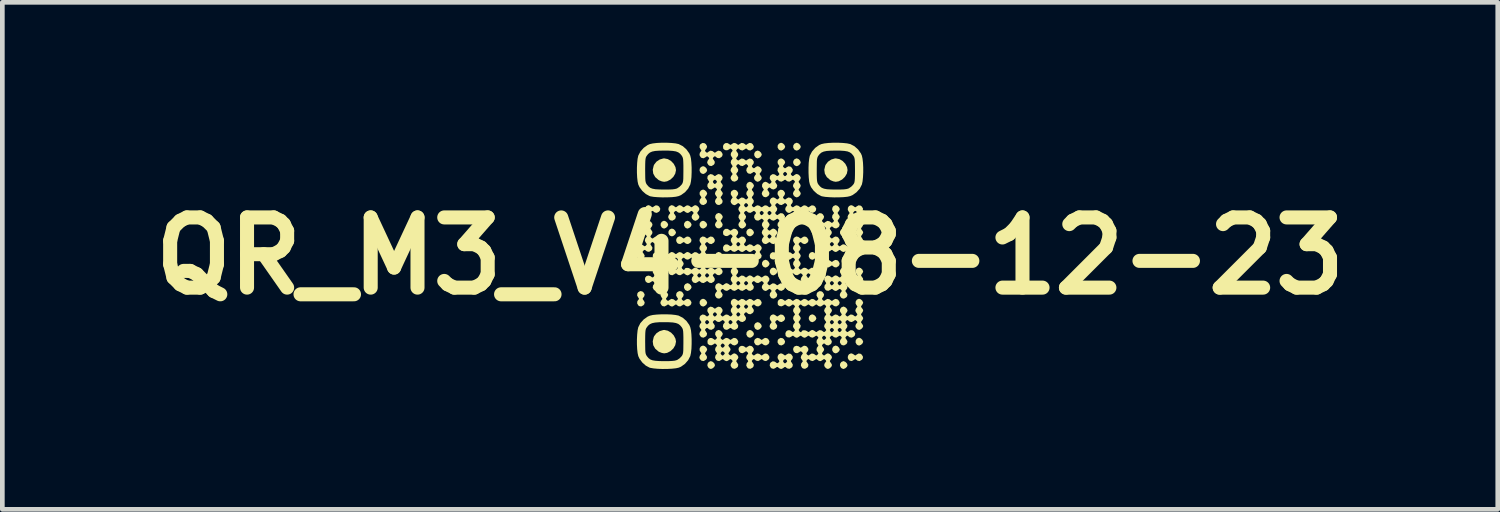
<source format=kicad_pcb>
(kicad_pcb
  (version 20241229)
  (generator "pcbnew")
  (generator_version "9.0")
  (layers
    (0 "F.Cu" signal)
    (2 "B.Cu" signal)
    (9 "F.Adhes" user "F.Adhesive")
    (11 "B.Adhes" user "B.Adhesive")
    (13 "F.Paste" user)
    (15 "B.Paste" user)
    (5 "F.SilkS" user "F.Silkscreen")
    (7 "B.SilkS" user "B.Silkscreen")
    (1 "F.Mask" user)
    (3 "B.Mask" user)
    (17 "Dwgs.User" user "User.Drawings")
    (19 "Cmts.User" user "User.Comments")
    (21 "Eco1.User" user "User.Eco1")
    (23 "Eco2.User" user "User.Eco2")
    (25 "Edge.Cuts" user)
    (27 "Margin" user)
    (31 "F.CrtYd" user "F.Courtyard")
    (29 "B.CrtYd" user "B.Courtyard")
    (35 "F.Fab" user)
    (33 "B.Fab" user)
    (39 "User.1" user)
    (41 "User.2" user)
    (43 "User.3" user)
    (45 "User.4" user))
  (footprint "QR_M3_V4-08-12-23"
    (layer "F.Cu")
    (at 12.979 2.418)
    (property "Reference" "QR_M3_V4-08-12-23" (at 0 0 0) (layer "F.SilkS") (effects (font (size 1.5 1.5) (thickness 0.3))))
    (attr board_only exclude_from_pos_files exclude_from_bom)
    (fp_poly (pts (xy 0.697 1.76) (xy 0.722 1.78) (xy 0.748 1.825) (xy 0.74 1.866) (xy 0.72 1.889) (xy 0.674 1.914) (xy 0.63 1.906) (xy 0.61 1.89) (xy 0.586 1.846) (xy 0.592 1.8) (xy 0.61 1.776) (xy 0.653 1.752)) (stroke (width 0) (type solid)) (fill yes) (layer "F.SilkS"))
    (fp_poly (pts (xy -1.798 -0.736) (xy -1.765 -0.704) (xy -1.75 -0.666) (xy -1.75 -0.664) (xy -1.764 -0.63) (xy -1.796 -0.6) (xy -1.833 -0.584) (xy -1.838 -0.583) (xy -1.87 -0.594) (xy -1.89 -0.61) (xy -1.912 -0.651) (xy -1.909 -0.695) (xy -1.884 -0.732) (xy -1.843 -0.75) (xy -1.835 -0.75)) (stroke (width 0) (type solid)) (fill yes) (layer "F.SilkS"))
    (fp_poly (pts (xy -1.631 -0.57) (xy -1.599 -0.537) (xy -1.583 -0.5) (xy -1.583 -0.497) (xy -1.597 -0.464) (xy -1.629 -0.433) (xy -1.666 -0.417) (xy -1.671 -0.417) (xy -1.704 -0.428) (xy -1.724 -0.443) (xy -1.746 -0.484) (xy -1.742 -0.528) (xy -1.718 -0.565) (xy -1.676 -0.583) (xy -1.668 -0.583)) (stroke (width 0) (type solid)) (fill yes) (layer "F.SilkS"))
    (fp_poly (pts (xy -1.298 -0.736) (xy -1.265 -0.704) (xy -1.25 -0.666) (xy -1.25 -0.664) (xy -1.264 -0.63) (xy -1.296 -0.6) (xy -1.333 -0.584) (xy -1.338 -0.583) (xy -1.37 -0.594) (xy -1.39 -0.61) (xy -1.412 -0.651) (xy -1.409 -0.695) (xy -1.384 -0.732) (xy -1.343 -0.75) (xy -1.335 -0.75)) (stroke (width 0) (type solid)) (fill yes) (layer "F.SilkS"))
    (fp_poly (pts (xy -1.298 0.597) (xy -1.265 0.629) (xy -1.25 0.667) (xy -1.25 0.67) (xy -1.264 0.703) (xy -1.296 0.734) (xy -1.333 0.75) (xy -1.338 0.75) (xy -1.37 0.739) (xy -1.39 0.724) (xy -1.412 0.683) (xy -1.409 0.638) (xy -1.384 0.602) (xy -1.343 0.584) (xy -1.335 0.583)) (stroke (width 0) (type solid)) (fill yes) (layer "F.SilkS"))
    (fp_poly (pts (xy -0.965 -1.903) (xy -0.932 -1.871) (xy -0.917 -1.833) (xy -0.917 -1.83) (xy -0.93 -1.797) (xy -0.962 -1.766) (xy -0.999 -1.75) (xy -1.004 -1.75) (xy -1.037 -1.761) (xy -1.057 -1.776) (xy -1.079 -1.817) (xy -1.076 -1.862) (xy -1.051 -1.898) (xy -1.01 -1.916) (xy -1.001 -1.917)) (stroke (width 0) (type solid)) (fill yes) (layer "F.SilkS"))
    (fp_poly (pts (xy -0.965 -0.736) (xy -0.932 -0.704) (xy -0.917 -0.666) (xy -0.917 -0.664) (xy -0.93 -0.63) (xy -0.962 -0.6) (xy -0.999 -0.584) (xy -1.004 -0.583) (xy -1.037 -0.594) (xy -1.057 -0.61) (xy -1.079 -0.651) (xy -1.076 -0.695) (xy -1.051 -0.732) (xy -1.01 -0.75) (xy -1.001 -0.75)) (stroke (width 0) (type solid)) (fill yes) (layer "F.SilkS"))
    (fp_poly (pts (xy -0.965 0.93) (xy -0.932 0.963) (xy -0.917 1) (xy -0.917 1.003) (xy -0.93 1.036) (xy -0.962 1.067) (xy -0.999 1.083) (xy -1.004 1.083) (xy -1.037 1.072) (xy -1.057 1.057) (xy -1.079 1.016) (xy -1.076 0.972) (xy -1.051 0.935) (xy -1.01 0.917) (xy -1.001 0.917)) (stroke (width 0) (type solid)) (fill yes) (layer "F.SilkS"))
    (fp_poly (pts (xy -0.798 2.264) (xy -0.765 2.296) (xy -0.75 2.334) (xy -0.75 2.336) (xy -0.764 2.37) (xy -0.796 2.4) (xy -0.833 2.416) (xy -0.838 2.417) (xy -0.87 2.406) (xy -0.89 2.39) (xy -0.912 2.349) (xy -0.909 2.305) (xy -0.884 2.268) (xy -0.843 2.25) (xy -0.835 2.25)) (stroke (width 0) (type solid)) (fill yes) (layer "F.SilkS"))
    (fp_poly (pts (xy -0.631 -0.07) (xy -0.599 -0.037) (xy -0.583 0.000213) (xy -0.583 0.003) (xy -0.597 0.036) (xy -0.629 0.067) (xy -0.666 0.083) (xy -0.671 0.083) (xy -0.704 0.072) (xy -0.724 0.057) (xy -0.746 0.016) (xy -0.742 -0.028) (xy -0.718 -0.065) (xy -0.676 -0.083) (xy -0.668 -0.083)) (stroke (width 0) (type solid)) (fill yes) (layer "F.SilkS"))
    (fp_poly (pts (xy 0.035 -0.57) (xy 0.068 -0.537) (xy 0.083 -0.5) (xy 0.083 -0.497) (xy 0.07 -0.464) (xy 0.038 -0.433) (xy 0.001 -0.417) (xy -0.004 -0.417) (xy -0.037 -0.428) (xy -0.057 -0.443) (xy -0.079 -0.484) (xy -0.076 -0.528) (xy -0.051 -0.565) (xy -0.01 -0.583) (xy -0.001 -0.583)) (stroke (width 0) (type solid)) (fill yes) (layer "F.SilkS"))
    (fp_poly (pts (xy 0.035 1.597) (xy 0.068 1.629) (xy 0.083 1.667) (xy 0.083 1.67) (xy 0.07 1.703) (xy 0.038 1.734) (xy 0.001 1.75) (xy -0.004 1.75) (xy -0.037 1.739) (xy -0.057 1.724) (xy -0.079 1.683) (xy -0.076 1.638) (xy -0.051 1.602) (xy -0.01 1.584) (xy -0.001 1.583)) (stroke (width 0) (type solid)) (fill yes) (layer "F.SilkS"))
    (fp_poly (pts (xy 0.202 -2.236) (xy 0.235 -2.204) (xy 0.25 -2.166) (xy 0.25 -2.164) (xy 0.236 -2.13) (xy 0.204 -2.1) (xy 0.167 -2.084) (xy 0.162 -2.083) (xy 0.13 -2.094) (xy 0.11 -2.11) (xy 0.088 -2.151) (xy 0.091 -2.195) (xy 0.116 -2.232) (xy 0.157 -2.25) (xy 0.165 -2.25)) (stroke (width 0) (type solid)) (fill yes) (layer "F.SilkS"))
    (fp_poly (pts (xy 0.202 1.43) (xy 0.235 1.463) (xy 0.25 1.5) (xy 0.25 1.503) (xy 0.236 1.536) (xy 0.204 1.567) (xy 0.167 1.583) (xy 0.162 1.583) (xy 0.13 1.572) (xy 0.11 1.557) (xy 0.088 1.516) (xy 0.091 1.472) (xy 0.116 1.435) (xy 0.157 1.417) (xy 0.165 1.417)) (stroke (width 0) (type solid)) (fill yes) (layer "F.SilkS"))
    (fp_poly (pts (xy 0.369 0.097) (xy 0.401 0.129) (xy 0.417 0.167) (xy 0.417 0.17) (xy 0.403 0.203) (xy 0.371 0.234) (xy 0.334 0.25) (xy 0.329 0.25) (xy 0.296 0.239) (xy 0.276 0.224) (xy 0.254 0.183) (xy 0.258 0.138) (xy 0.282 0.102) (xy 0.324 0.084) (xy 0.332 0.083)) (stroke (width 0) (type solid)) (fill yes) (layer "F.SilkS"))
    (fp_poly (pts (xy 0.535 0.264) (xy 0.568 0.296) (xy 0.583 0.334) (xy 0.583 0.336) (xy 0.57 0.37) (xy 0.538 0.4) (xy 0.501 0.416) (xy 0.496 0.417) (xy 0.463 0.406) (xy 0.443 0.39) (xy 0.421 0.349) (xy 0.424 0.305) (xy 0.449 0.268) (xy 0.49 0.25) (xy 0.499 0.25)) (stroke (width 0) (type solid)) (fill yes) (layer "F.SilkS"))
    (fp_poly (pts (xy 0.702 -2.403) (xy 0.735 -2.371) (xy 0.75 -2.333) (xy 0.75 -2.33) (xy 0.736 -2.297) (xy 0.704 -2.266) (xy 0.667 -2.25) (xy 0.662 -2.25) (xy 0.63 -2.261) (xy 0.61 -2.276) (xy 0.588 -2.317) (xy 0.591 -2.362) (xy 0.616 -2.398) (xy 0.657 -2.416) (xy 0.665 -2.417)) (stroke (width 0) (type solid)) (fill yes) (layer "F.SilkS"))
    (fp_poly (pts (xy 1.035 -2.403) (xy 1.068 -2.371) (xy 1.083 -2.333) (xy 1.083 -2.33) (xy 1.07 -2.297) (xy 1.038 -2.266) (xy 1.001 -2.25) (xy 0.996 -2.25) (xy 0.963 -2.261) (xy 0.943 -2.276) (xy 0.921 -2.317) (xy 0.924 -2.362) (xy 0.949 -2.398) (xy 0.99 -2.416) (xy 0.999 -2.417)) (stroke (width 0) (type solid)) (fill yes) (layer "F.SilkS"))
    (fp_poly (pts (xy 1.035 -2.07) (xy 1.068 -2.037) (xy 1.083 -2) (xy 1.083 -1.997) (xy 1.07 -1.964) (xy 1.038 -1.933) (xy 1.001 -1.917) (xy 0.996 -1.917) (xy 0.963 -1.928) (xy 0.943 -1.943) (xy 0.921 -1.984) (xy 0.924 -2.028) (xy 0.949 -2.065) (xy 0.99 -2.083) (xy 0.999 -2.083)) (stroke (width 0) (type solid)) (fill yes) (layer "F.SilkS"))
    (fp_poly (pts (xy 1.369 -0.07) (xy 1.401 -0.037) (xy 1.417 0.000213) (xy 1.417 0.003) (xy 1.403 0.036) (xy 1.371 0.067) (xy 1.334 0.083) (xy 1.329 0.083) (xy 1.296 0.072) (xy 1.276 0.057) (xy 1.254 0.016) (xy 1.258 -0.028) (xy 1.282 -0.065) (xy 1.324 -0.083) (xy 1.332 -0.083)) (stroke (width 0) (type solid)) (fill yes) (layer "F.SilkS"))
    (fp_poly (pts (xy 1.369 1.264) (xy 1.401 1.296) (xy 1.417 1.334) (xy 1.417 1.336) (xy 1.403 1.37) (xy 1.371 1.4) (xy 1.334 1.416) (xy 1.329 1.417) (xy 1.296 1.406) (xy 1.276 1.39) (xy 1.254 1.349) (xy 1.258 1.305) (xy 1.282 1.268) (xy 1.324 1.25) (xy 1.332 1.25)) (stroke (width 0) (type solid)) (fill yes) (layer "F.SilkS"))
    (fp_poly (pts (xy 1.869 1.93) (xy 1.901 1.963) (xy 1.917 2) (xy 1.917 2.003) (xy 1.903 2.036) (xy 1.871 2.067) (xy 1.834 2.083) (xy 1.829 2.083) (xy 1.796 2.072) (xy 1.776 2.057) (xy 1.754 2.016) (xy 1.758 1.972) (xy 1.782 1.935) (xy 1.824 1.917) (xy 1.832 1.917)) (stroke (width 0) (type solid)) (fill yes) (layer "F.SilkS"))
    (fp_poly (pts (xy 2.035 -0.57) (xy 2.068 -0.537) (xy 2.083 -0.5) (xy 2.083 -0.497) (xy 2.07 -0.464) (xy 2.038 -0.433) (xy 2.001 -0.417) (xy 1.996 -0.417) (xy 1.963 -0.428) (xy 1.943 -0.443) (xy 1.921 -0.484) (xy 1.924 -0.528) (xy 1.949 -0.565) (xy 1.99 -0.583) (xy 1.999 -0.583)) (stroke (width 0) (type solid)) (fill yes) (layer "F.SilkS"))
    (fp_poly (pts (xy 2.035 2.264) (xy 2.068 2.296) (xy 2.083 2.334) (xy 2.083 2.336) (xy 2.07 2.37) (xy 2.038 2.4) (xy 2.001 2.416) (xy 1.996 2.417) (xy 1.963 2.406) (xy 1.943 2.39) (xy 1.921 2.349) (xy 1.924 2.305) (xy 1.949 2.268) (xy 1.99 2.25) (xy 1.999 2.25)) (stroke (width 0) (type solid)) (fill yes) (layer "F.SilkS"))
    (fp_poly (pts (xy 2.369 1.764) (xy 2.401 1.796) (xy 2.417 1.834) (xy 2.417 1.836) (xy 2.403 1.87) (xy 2.371 1.9) (xy 2.334 1.916) (xy 2.329 1.917) (xy 2.296 1.906) (xy 2.276 1.89) (xy 2.254 1.849) (xy 2.258 1.805) (xy 2.282 1.768) (xy 2.324 1.75) (xy 2.332 1.75)) (stroke (width 0) (type solid)) (fill yes) (layer "F.SilkS"))
    (fp_poly (pts (xy -1.758 -2.068) (xy -1.688 -2.027) (xy -1.631 -1.967) (xy -1.594 -1.895) (xy -1.583 -1.833) (xy -1.599 -1.758) (xy -1.64 -1.688) (xy -1.701 -1.631) (xy -1.773 -1.594) (xy -1.836 -1.583) (xy -1.886 -1.592) (xy -1.942 -1.614) (xy -1.957 -1.623) (xy -2.027 -1.683) (xy -2.069 -1.757) (xy -2.08 -1.84) (xy -2.06 -1.927) (xy -2.05 -1.95) (xy -2.001 -2.013) (xy -1.932 -2.059) (xy -1.854 -2.082) (xy -1.832 -2.083)) (stroke (width 0) (type solid)) (fill yes) (layer "F.SilkS"))
    (fp_poly (pts (xy -1.758 1.599) (xy -1.688 1.64) (xy -1.631 1.7) (xy -1.594 1.771) (xy -1.583 1.833) (xy -1.599 1.909) (xy -1.64 1.979) (xy -1.701 2.036) (xy -1.773 2.073) (xy -1.836 2.083) (xy -1.886 2.074) (xy -1.942 2.052) (xy -1.957 2.044) (xy -2.027 1.984) (xy -2.069 1.91) (xy -2.08 1.827) (xy -2.06 1.739) (xy -2.05 1.716) (xy -2.001 1.654) (xy -1.932 1.608) (xy -1.854 1.585) (xy -1.832 1.583)) (stroke (width 0) (type solid)) (fill yes) (layer "F.SilkS"))
    (fp_poly (pts (xy 1.909 -2.068) (xy 1.979 -2.027) (xy 2.036 -1.967) (xy 2.073 -1.895) (xy 2.083 -1.833) (xy 2.068 -1.758) (xy 2.026 -1.688) (xy 1.966 -1.631) (xy 1.894 -1.594) (xy 1.831 -1.583) (xy 1.781 -1.592) (xy 1.725 -1.614) (xy 1.71 -1.623) (xy 1.64 -1.683) (xy 1.598 -1.757) (xy 1.586 -1.84) (xy 1.606 -1.927) (xy 1.617 -1.95) (xy 1.666 -2.013) (xy 1.735 -2.059) (xy 1.812 -2.082) (xy 1.835 -2.083)) (stroke (width 0) (type solid)) (fill yes) (layer "F.SilkS"))
    (fp_poly (pts (xy -2.303 0.76) (xy -2.278 0.78) (xy -2.253 0.822) (xy -2.26 0.862) (xy -2.278 0.886) (xy -2.296 0.912) (xy -2.29 0.932) (xy -2.278 0.947) (xy -2.252 0.991) (xy -2.26 1.032) (xy -2.28 1.056) (xy -2.326 1.081) (xy -2.37 1.073) (xy -2.39 1.057) (xy -2.414 1.013) (xy -2.408 0.966) (xy -2.39 0.943) (xy -2.373 0.92) (xy -2.382 0.9) (xy -2.39 0.89) (xy -2.414 0.846) (xy -2.408 0.8) (xy -2.39 0.776) (xy -2.347 0.752)) (stroke (width 0) (type solid)) (fill yes) (layer "F.SilkS"))
    (fp_poly (pts (xy 0.197 1.761) (xy 0.219 1.777) (xy 0.244 1.795) (xy 0.263 1.788) (xy 0.275 1.777) (xy 0.319 1.752) (xy 0.364 1.76) (xy 0.389 1.78) (xy 0.414 1.825) (xy 0.406 1.866) (xy 0.386 1.889) (xy 0.341 1.914) (xy 0.297 1.906) (xy 0.275 1.89) (xy 0.252 1.872) (xy 0.232 1.878) (xy 0.219 1.89) (xy 0.173 1.914) (xy 0.129 1.906) (xy 0.11 1.89) (xy 0.086 1.846) (xy 0.092 1.8) (xy 0.11 1.776) (xy 0.152 1.752)) (stroke (width 0) (type solid)) (fill yes) (layer "F.SilkS"))
    (fp_poly (pts (xy -2.138 -1.073) (xy -2.115 -1.056) (xy -2.09 -1.038) (xy -2.07 -1.045) (xy -2.058 -1.056) (xy -2.014 -1.081) (xy -1.97 -1.073) (xy -1.944 -1.053) (xy -1.919 -1.009) (xy -1.927 -0.968) (xy -1.947 -0.944) (xy -1.993 -0.919) (xy -2.037 -0.927) (xy -2.058 -0.944) (xy -2.081 -0.962) (xy -2.101 -0.955) (xy -2.115 -0.944) (xy -2.16 -0.919) (xy -2.204 -0.927) (xy -2.224 -0.943) (xy -2.245 -0.983) (xy -2.242 -1.028) (xy -2.219 -1.064) (xy -2.18 -1.083) (xy -2.171 -1.083)) (stroke (width 0) (type solid)) (fill yes) (layer "F.SilkS"))
    (fp_poly (pts (xy -1.471 -0.406) (xy -1.448 -0.39) (xy -1.423 -0.372) (xy -1.403 -0.378) (xy -1.391 -0.39) (xy -1.348 -0.414) (xy -1.303 -0.407) (xy -1.278 -0.386) (xy -1.252 -0.342) (xy -1.26 -0.301) (xy -1.28 -0.278) (xy -1.326 -0.252) (xy -1.37 -0.26) (xy -1.391 -0.277) (xy -1.414 -0.295) (xy -1.435 -0.288) (xy -1.448 -0.277) (xy -1.493 -0.252) (xy -1.537 -0.261) (xy -1.557 -0.276) (xy -1.579 -0.317) (xy -1.576 -0.361) (xy -1.552 -0.398) (xy -1.513 -0.416) (xy -1.504 -0.417)) (stroke (width 0) (type solid)) (fill yes) (layer "F.SilkS"))
    (fp_poly (pts (xy 1.695 0.094) (xy 1.719 0.11) (xy 1.744 0.128) (xy 1.763 0.122) (xy 1.775 0.11) (xy 1.819 0.086) (xy 1.864 0.093) (xy 1.889 0.114) (xy 1.914 0.158) (xy 1.906 0.199) (xy 1.886 0.222) (xy 1.841 0.248) (xy 1.797 0.24) (xy 1.775 0.223) (xy 1.752 0.205) (xy 1.732 0.212) (xy 1.719 0.223) (xy 1.673 0.248) (xy 1.629 0.239) (xy 1.61 0.224) (xy 1.588 0.183) (xy 1.591 0.139) (xy 1.614 0.102) (xy 1.654 0.084) (xy 1.662 0.083)) (stroke (width 0) (type solid)) (fill yes) (layer "F.SilkS"))
    (fp_poly (pts (xy 2.195 2.094) (xy 2.219 2.11) (xy 2.244 2.128) (xy 2.263 2.122) (xy 2.275 2.11) (xy 2.319 2.086) (xy 2.364 2.093) (xy 2.389 2.114) (xy 2.414 2.158) (xy 2.406 2.199) (xy 2.386 2.222) (xy 2.341 2.248) (xy 2.297 2.24) (xy 2.275 2.223) (xy 2.252 2.205) (xy 2.232 2.212) (xy 2.219 2.223) (xy 2.173 2.248) (xy 2.129 2.239) (xy 2.11 2.224) (xy 2.088 2.183) (xy 2.091 2.139) (xy 2.114 2.102) (xy 2.154 2.084) (xy 2.162 2.083)) (stroke (width 0) (type solid)) (fill yes) (layer "F.SilkS"))
    (fp_poly (pts (xy -0.966 -1.403) (xy -0.933 -1.372) (xy -0.917 -1.337) (xy -0.917 -1.333) (xy -0.927 -1.304) (xy -0.944 -1.28) (xy -0.963 -1.255) (xy -0.957 -1.234) (xy -0.944 -1.22) (xy -0.919 -1.175) (xy -0.927 -1.134) (xy -0.947 -1.111) (xy -0.993 -1.086) (xy -1.037 -1.094) (xy -1.057 -1.11) (xy -1.079 -1.144) (xy -1.083 -1.167) (xy -1.072 -1.203) (xy -1.057 -1.224) (xy -1.04 -1.247) (xy -1.048 -1.267) (xy -1.057 -1.276) (xy -1.079 -1.317) (xy -1.076 -1.362) (xy -1.051 -1.398) (xy -1.01 -1.416) (xy -1.001 -1.417)) (stroke (width 0) (type solid)) (fill yes) (layer "F.SilkS"))
    (fp_poly (pts (xy -0.966 1.93) (xy -0.933 1.961) (xy -0.917 1.997) (xy -0.917 2) (xy -0.927 2.029) (xy -0.944 2.053) (xy -0.963 2.078) (xy -0.957 2.099) (xy -0.944 2.114) (xy -0.919 2.158) (xy -0.927 2.199) (xy -0.947 2.222) (xy -0.993 2.248) (xy -1.037 2.24) (xy -1.057 2.224) (xy -1.079 2.189) (xy -1.083 2.167) (xy -1.072 2.13) (xy -1.057 2.11) (xy -1.04 2.086) (xy -1.048 2.066) (xy -1.057 2.057) (xy -1.079 2.016) (xy -1.076 1.972) (xy -1.051 1.935) (xy -1.01 1.917) (xy -1.001 1.917)) (stroke (width 0) (type solid)) (fill yes) (layer "F.SilkS"))
    (fp_poly (pts (xy -0.632 -0.903) (xy -0.6 -0.872) (xy -0.584 -0.837) (xy -0.583 -0.833) (xy -0.594 -0.804) (xy -0.611 -0.78) (xy -0.629 -0.755) (xy -0.623 -0.734) (xy -0.611 -0.72) (xy -0.586 -0.675) (xy -0.594 -0.634) (xy -0.614 -0.611) (xy -0.66 -0.586) (xy -0.703 -0.594) (xy -0.724 -0.61) (xy -0.745 -0.644) (xy -0.75 -0.667) (xy -0.739 -0.703) (xy -0.724 -0.724) (xy -0.706 -0.747) (xy -0.715 -0.767) (xy -0.724 -0.776) (xy -0.746 -0.817) (xy -0.742 -0.862) (xy -0.718 -0.898) (xy -0.676 -0.916) (xy -0.668 -0.917)) (stroke (width 0) (type solid)) (fill yes) (layer "F.SilkS"))
    (fp_poly (pts (xy 0.529 1.261) (xy 0.552 1.277) (xy 0.577 1.295) (xy 0.597 1.288) (xy 0.609 1.277) (xy 0.652 1.252) (xy 0.697 1.26) (xy 0.722 1.28) (xy 0.748 1.325) (xy 0.74 1.366) (xy 0.72 1.389) (xy 0.674 1.414) (xy 0.63 1.406) (xy 0.608 1.389) (xy 0.585 1.371) (xy 0.565 1.378) (xy 0.554 1.389) (xy 0.536 1.412) (xy 0.543 1.432) (xy 0.555 1.447) (xy 0.581 1.491) (xy 0.573 1.532) (xy 0.553 1.556) (xy 0.507 1.581) (xy 0.463 1.573) (xy 0.443 1.557) (xy 0.421 1.522) (xy 0.417 1.5) (xy 0.428 1.463) (xy 0.443 1.443) (xy 0.46 1.42) (xy 0.452 1.4) (xy 0.443 1.39) (xy 0.421 1.35) (xy 0.424 1.306) (xy 0.448 1.269) (xy 0.487 1.251) (xy 0.496 1.25)) (stroke (width 0) (type solid)) (fill yes) (layer "F.SilkS"))
    (fp_poly (pts (xy -0.969 -2.406) (xy -0.944 -2.386) (xy -0.919 -2.344) (xy -0.926 -2.305) (xy -0.945 -2.28) (xy -0.963 -2.254) (xy -0.958 -2.235) (xy -0.946 -2.222) (xy -0.923 -2.204) (xy -0.903 -2.212) (xy -0.892 -2.223) (xy -0.849 -2.248) (xy -0.804 -2.24) (xy -0.781 -2.223) (xy -0.756 -2.205) (xy -0.737 -2.212) (xy -0.725 -2.223) (xy -0.681 -2.248) (xy -0.636 -2.24) (xy -0.611 -2.22) (xy -0.586 -2.175) (xy -0.594 -2.134) (xy -0.614 -2.111) (xy -0.659 -2.086) (xy -0.703 -2.094) (xy -0.725 -2.111) (xy -0.748 -2.129) (xy -0.768 -2.122) (xy -0.779 -2.111) (xy -0.797 -2.088) (xy -0.791 -2.068) (xy -0.778 -2.053) (xy -0.753 -2.009) (xy -0.76 -1.968) (xy -0.78 -1.944) (xy -0.826 -1.919) (xy -0.87 -1.927) (xy -0.89 -1.943) (xy -0.912 -1.978) (xy -0.917 -2) (xy -0.905 -2.037) (xy -0.89 -2.057) (xy -0.873 -2.08) (xy -0.881 -2.1) (xy -0.891 -2.11) (xy -0.914 -2.128) (xy -0.935 -2.122) (xy -0.948 -2.11) (xy -0.993 -2.086) (xy -1.037 -2.094) (xy -1.057 -2.11) (xy -1.081 -2.154) (xy -1.074 -2.2) (xy -1.057 -2.224) (xy -1.04 -2.247) (xy -1.048 -2.267) (xy -1.057 -2.276) (xy -1.081 -2.32) (xy -1.074 -2.367) (xy -1.057 -2.39) (xy -1.014 -2.414)) (stroke (width 0) (type solid)) (fill yes) (layer "F.SilkS"))
    (fp_poly (pts (xy 0.695 2.094) (xy 0.719 2.11) (xy 0.744 2.128) (xy 0.763 2.122) (xy 0.775 2.11) (xy 0.819 2.086) (xy 0.864 2.093) (xy 0.889 2.114) (xy 0.914 2.156) (xy 0.907 2.196) (xy 0.889 2.22) (xy 0.871 2.245) (xy 0.877 2.266) (xy 0.889 2.28) (xy 0.914 2.325) (xy 0.906 2.366) (xy 0.886 2.389) (xy 0.841 2.414) (xy 0.797 2.406) (xy 0.775 2.39) (xy 0.752 2.372) (xy 0.732 2.378) (xy 0.719 2.39) (xy 0.685 2.411) (xy 0.662 2.417) (xy 0.63 2.406) (xy 0.609 2.39) (xy 0.586 2.372) (xy 0.565 2.378) (xy 0.552 2.39) (xy 0.507 2.414) (xy 0.463 2.406) (xy 0.443 2.39) (xy 0.419 2.346) (xy 0.426 2.3) (xy 0.443 2.276) (xy 0.485 2.252) (xy 0.53 2.261) (xy 0.552 2.277) (xy 0.577 2.295) (xy 0.597 2.288) (xy 0.609 2.277) (xy 0.627 2.254) (xy 0.624 2.247) (xy 0.704 2.247) (xy 0.714 2.271) (xy 0.716 2.274) (xy 0.738 2.296) (xy 0.757 2.293) (xy 0.777 2.275) (xy 0.793 2.253) (xy 0.784 2.232) (xy 0.775 2.223) (xy 0.752 2.204) (xy 0.732 2.212) (xy 0.721 2.222) (xy 0.704 2.247) (xy 0.624 2.247) (xy 0.619 2.234) (xy 0.61 2.224) (xy 0.588 2.183) (xy 0.591 2.139) (xy 0.614 2.102) (xy 0.654 2.084) (xy 0.662 2.083)) (stroke (width 0) (type solid)) (fill yes) (layer "F.SilkS"))
    (fp_poly (pts (xy 0.03 1.927) (xy 0.056 1.947) (xy 0.081 1.989) (xy 0.074 2.029) (xy 0.055 2.053) (xy 0.037 2.079) (xy 0.042 2.098) (xy 0.054 2.111) (xy 0.077 2.129) (xy 0.097 2.122) (xy 0.108 2.111) (xy 0.151 2.086) (xy 0.196 2.094) (xy 0.219 2.11) (xy 0.244 2.128) (xy 0.263 2.122) (xy 0.275 2.11) (xy 0.319 2.086) (xy 0.364 2.093) (xy 0.389 2.114) (xy 0.414 2.158) (xy 0.406 2.199) (xy 0.386 2.222) (xy 0.341 2.248) (xy 0.297 2.24) (xy 0.275 2.223) (xy 0.252 2.205) (xy 0.232 2.212) (xy 0.219 2.223) (xy 0.173 2.248) (xy 0.129 2.239) (xy 0.108 2.223) (xy 0.085 2.204) (xy 0.065 2.211) (xy 0.054 2.222) (xy 0.036 2.245) (xy 0.043 2.265) (xy 0.055 2.28) (xy 0.081 2.324) (xy 0.073 2.365) (xy 0.053 2.389) (xy 0.007 2.414) (xy -0.037 2.406) (xy -0.057 2.39) (xy -0.081 2.346) (xy -0.074 2.3) (xy -0.057 2.276) (xy -0.04 2.253) (xy -0.048 2.233) (xy -0.057 2.224) (xy -0.079 2.189) (xy -0.083 2.167) (xy -0.072 2.13) (xy -0.057 2.11) (xy -0.04 2.087) (xy -0.048 2.067) (xy -0.058 2.056) (xy -0.08 2.039) (xy -0.101 2.045) (xy -0.117 2.058) (xy -0.159 2.08) (xy -0.2 2.074) (xy -0.232 2.047) (xy -0.246 2.005) (xy -0.242 1.967) (xy -0.216 1.934) (xy -0.175 1.921) (xy -0.132 1.931) (xy -0.117 1.942) (xy -0.091 1.961) (xy -0.072 1.956) (xy -0.058 1.944) (xy -0.014 1.919)) (stroke (width 0) (type solid)) (fill yes) (layer "F.SilkS"))
    (fp_poly (pts (xy -1.799 0.763) (xy -1.766 0.794) (xy -1.75 0.83) (xy -1.75 0.833) (xy -1.76 0.862) (xy -1.778 0.887) (xy -1.797 0.912) (xy -1.791 0.932) (xy -1.779 0.945) (xy -1.756 0.962) (xy -1.737 0.955) (xy -1.725 0.944) (xy -1.682 0.919) (xy -1.637 0.927) (xy -1.615 0.944) (xy -1.59 0.962) (xy -1.57 0.955) (xy -1.558 0.944) (xy -1.54 0.92) (xy -1.548 0.9) (xy -1.557 0.89) (xy -1.581 0.846) (xy -1.574 0.8) (xy -1.557 0.776) (xy -1.514 0.752) (xy -1.469 0.76) (xy -1.444 0.78) (xy -1.419 0.822) (xy -1.426 0.862) (xy -1.445 0.887) (xy -1.463 0.912) (xy -1.458 0.932) (xy -1.446 0.945) (xy -1.423 0.962) (xy -1.403 0.955) (xy -1.392 0.944) (xy -1.348 0.919) (xy -1.303 0.927) (xy -1.278 0.947) (xy -1.252 0.991) (xy -1.26 1.032) (xy -1.28 1.056) (xy -1.326 1.081) (xy -1.37 1.073) (xy -1.391 1.056) (xy -1.414 1.038) (xy -1.435 1.045) (xy -1.448 1.056) (xy -1.493 1.081) (xy -1.537 1.073) (xy -1.558 1.056) (xy -1.581 1.038) (xy -1.601 1.045) (xy -1.615 1.056) (xy -1.649 1.078) (xy -1.671 1.083) (xy -1.704 1.072) (xy -1.725 1.056) (xy -1.748 1.038) (xy -1.768 1.045) (xy -1.781 1.056) (xy -1.827 1.081) (xy -1.871 1.073) (xy -1.89 1.057) (xy -1.912 1.022) (xy -1.917 1) (xy -1.905 0.963) (xy -1.89 0.943) (xy -1.873 0.92) (xy -1.882 0.9) (xy -1.89 0.89) (xy -1.912 0.849) (xy -1.909 0.805) (xy -1.884 0.768) (xy -1.843 0.75) (xy -1.835 0.75)) (stroke (width 0) (type solid)) (fill yes) (layer "F.SilkS"))
    (fp_poly (pts (xy -0.803 -1.739) (xy -0.781 -1.723) (xy -0.756 -1.705) (xy -0.737 -1.712) (xy -0.725 -1.723) (xy -0.681 -1.748) (xy -0.636 -1.74) (xy -0.611 -1.72) (xy -0.586 -1.678) (xy -0.593 -1.638) (xy -0.611 -1.614) (xy -0.629 -1.588) (xy -0.623 -1.568) (xy -0.611 -1.553) (xy -0.589 -1.521) (xy -0.583 -1.5) (xy -0.594 -1.471) (xy -0.611 -1.447) (xy -0.629 -1.422) (xy -0.623 -1.401) (xy -0.611 -1.386) (xy -0.589 -1.354) (xy -0.583 -1.333) (xy -0.594 -1.304) (xy -0.611 -1.28) (xy -0.629 -1.255) (xy -0.623 -1.234) (xy -0.611 -1.22) (xy -0.586 -1.175) (xy -0.594 -1.134) (xy -0.614 -1.111) (xy -0.66 -1.086) (xy -0.703 -1.094) (xy -0.724 -1.11) (xy -0.745 -1.144) (xy -0.75 -1.167) (xy -0.739 -1.203) (xy -0.724 -1.224) (xy -0.706 -1.247) (xy -0.715 -1.267) (xy -0.724 -1.276) (xy -0.745 -1.311) (xy -0.75 -1.333) (xy -0.739 -1.37) (xy -0.724 -1.39) (xy -0.706 -1.413) (xy -0.715 -1.433) (xy -0.725 -1.444) (xy -0.748 -1.462) (xy -0.768 -1.455) (xy -0.781 -1.444) (xy -0.827 -1.419) (xy -0.871 -1.427) (xy -0.89 -1.443) (xy -0.914 -1.487) (xy -0.908 -1.534) (xy -0.89 -1.557) (xy -0.873 -1.58) (xy -0.876 -1.586) (xy -0.796 -1.586) (xy -0.786 -1.562) (xy -0.784 -1.559) (xy -0.762 -1.537) (xy -0.743 -1.54) (xy -0.723 -1.558) (xy -0.707 -1.581) (xy -0.716 -1.601) (xy -0.725 -1.611) (xy -0.748 -1.629) (xy -0.768 -1.622) (xy -0.779 -1.612) (xy -0.796 -1.586) (xy -0.876 -1.586) (xy -0.882 -1.6) (xy -0.89 -1.61) (xy -0.914 -1.654) (xy -0.908 -1.7) (xy -0.89 -1.724) (xy -0.848 -1.748)) (stroke (width 0) (type solid)) (fill yes) (layer "F.SilkS"))
    (fp_poly (pts (xy -1.132 -1.07) (xy -1.1 -1.039) (xy -1.084 -1.003) (xy -1.083 -1) (xy -1.094 -0.971) (xy -1.111 -0.947) (xy -1.129 -0.922) (xy -1.123 -0.901) (xy -1.111 -0.886) (xy -1.089 -0.853) (xy -1.083 -0.83) (xy -1.097 -0.797) (xy -1.129 -0.766) (xy -1.166 -0.75) (xy -1.171 -0.75) (xy -1.209 -0.764) (xy -1.239 -0.798) (xy -1.25 -0.833) (xy -1.239 -0.87) (xy -1.224 -0.89) (xy -1.206 -0.913) (xy -1.215 -0.933) (xy -1.225 -0.944) (xy -1.248 -0.962) (xy -1.268 -0.955) (xy -1.281 -0.944) (xy -1.315 -0.922) (xy -1.338 -0.917) (xy -1.37 -0.928) (xy -1.391 -0.944) (xy -1.414 -0.962) (xy -1.435 -0.955) (xy -1.448 -0.944) (xy -1.493 -0.919) (xy -1.537 -0.927) (xy -1.558 -0.944) (xy -1.582 -0.962) (xy -1.601 -0.955) (xy -1.613 -0.945) (xy -1.63 -0.922) (xy -1.624 -0.902) (xy -1.611 -0.887) (xy -1.586 -0.843) (xy -1.594 -0.801) (xy -1.614 -0.778) (xy -1.66 -0.752) (xy -1.703 -0.76) (xy -1.724 -0.776) (xy -1.745 -0.811) (xy -1.75 -0.833) (xy -1.739 -0.87) (xy -1.724 -0.89) (xy -1.706 -0.914) (xy -1.715 -0.934) (xy -1.724 -0.943) (xy -1.745 -0.983) (xy -1.742 -1.028) (xy -1.719 -1.064) (xy -1.68 -1.083) (xy -1.671 -1.083) (xy -1.638 -1.073) (xy -1.615 -1.056) (xy -1.59 -1.038) (xy -1.57 -1.045) (xy -1.558 -1.056) (xy -1.525 -1.078) (xy -1.504 -1.083) (xy -1.471 -1.073) (xy -1.448 -1.056) (xy -1.423 -1.038) (xy -1.403 -1.045) (xy -1.391 -1.056) (xy -1.348 -1.081) (xy -1.304 -1.073) (xy -1.281 -1.056) (xy -1.256 -1.038) (xy -1.237 -1.045) (xy -1.225 -1.056) (xy -1.19 -1.078) (xy -1.168 -1.083)) (stroke (width 0) (type solid)) (fill yes) (layer "F.SilkS"))
    (fp_poly (pts (xy 2.195 -1.073) (xy 2.219 -1.056) (xy 2.244 -1.038) (xy 2.263 -1.045) (xy 2.275 -1.056) (xy 2.319 -1.081) (xy 2.364 -1.073) (xy 2.389 -1.053) (xy 2.414 -1.009) (xy 2.406 -0.968) (xy 2.386 -0.944) (xy 2.341 -0.919) (xy 2.297 -0.927) (xy 2.275 -0.944) (xy 2.252 -0.962) (xy 2.232 -0.955) (xy 2.221 -0.945) (xy 2.203 -0.922) (xy 2.209 -0.902) (xy 2.222 -0.887) (xy 2.247 -0.845) (xy 2.241 -0.805) (xy 2.222 -0.78) (xy 2.203 -0.754) (xy 2.209 -0.735) (xy 2.221 -0.722) (xy 2.244 -0.704) (xy 2.263 -0.712) (xy 2.275 -0.723) (xy 2.309 -0.745) (xy 2.332 -0.75) (xy 2.368 -0.737) (xy 2.4 -0.706) (xy 2.416 -0.67) (xy 2.417 -0.667) (xy 2.406 -0.638) (xy 2.389 -0.614) (xy 2.371 -0.588) (xy 2.377 -0.568) (xy 2.389 -0.553) (xy 2.411 -0.521) (xy 2.417 -0.5) (xy 2.406 -0.471) (xy 2.389 -0.447) (xy 2.371 -0.422) (xy 2.377 -0.401) (xy 2.389 -0.386) (xy 2.414 -0.342) (xy 2.406 -0.301) (xy 2.386 -0.278) (xy 2.34 -0.252) (xy 2.297 -0.26) (xy 2.276 -0.276) (xy 2.255 -0.311) (xy 2.25 -0.333) (xy 2.261 -0.37) (xy 2.276 -0.39) (xy 2.294 -0.414) (xy 2.285 -0.434) (xy 2.276 -0.443) (xy 2.255 -0.478) (xy 2.25 -0.5) (xy 2.261 -0.537) (xy 2.276 -0.557) (xy 2.294 -0.58) (xy 2.285 -0.6) (xy 2.275 -0.61) (xy 2.252 -0.628) (xy 2.232 -0.622) (xy 2.219 -0.61) (xy 2.185 -0.589) (xy 2.162 -0.583) (xy 2.124 -0.598) (xy 2.094 -0.631) (xy 2.083 -0.667) (xy 2.095 -0.703) (xy 2.11 -0.724) (xy 2.127 -0.747) (xy 2.118 -0.767) (xy 2.11 -0.776) (xy 2.088 -0.811) (xy 2.083 -0.833) (xy 2.095 -0.87) (xy 2.11 -0.89) (xy 2.127 -0.914) (xy 2.118 -0.934) (xy 2.11 -0.943) (xy 2.088 -0.983) (xy 2.091 -1.028) (xy 2.114 -1.064) (xy 2.154 -1.083) (xy 2.162 -1.083)) (stroke (width 0) (type solid)) (fill yes) (layer "F.SilkS"))
    (fp_poly (pts (xy -1.682 -2.413) (xy -1.594 -2.404) (xy -1.528 -2.39) (xy -1.525 -2.389) (xy -1.437 -2.344) (xy -1.359 -2.274) (xy -1.299 -2.19) (xy -1.278 -2.142) (xy -1.263 -2.078) (xy -1.254 -1.991) (xy -1.249 -1.89) (xy -1.249 -1.784) (xy -1.253 -1.682) (xy -1.263 -1.594) (xy -1.277 -1.528) (xy -1.278 -1.525) (xy -1.323 -1.437) (xy -1.392 -1.359) (xy -1.476 -1.299) (xy -1.525 -1.278) (xy -1.585 -1.264) (xy -1.668 -1.255) (xy -1.767 -1.251) (xy -1.871 -1.25) (xy -1.973 -1.254) (xy -2.062 -1.261) (xy -2.131 -1.273) (xy -2.149 -1.279) (xy -2.229 -1.322) (xy -2.303 -1.388) (xy -2.362 -1.467) (xy -2.389 -1.525) (xy -2.403 -1.588) (xy -2.413 -1.675) (xy -2.418 -1.777) (xy -2.418 -1.833) (xy -2.242 -1.833) (xy -2.241 -1.734) (xy -2.24 -1.662) (xy -2.237 -1.612) (xy -2.231 -1.577) (xy -2.222 -1.551) (xy -2.209 -1.529) (xy -2.205 -1.523) (xy -2.172 -1.484) (xy -2.135 -1.455) (xy -2.087 -1.436) (xy -2.023 -1.424) (xy -1.937 -1.419) (xy -1.836 -1.417) (xy -1.735 -1.418) (xy -1.66 -1.421) (xy -1.607 -1.428) (xy -1.569 -1.438) (xy -1.556 -1.444) (xy -1.507 -1.477) (xy -1.464 -1.521) (xy -1.462 -1.523) (xy -1.448 -1.545) (xy -1.438 -1.569) (xy -1.431 -1.601) (xy -1.427 -1.646) (xy -1.426 -1.711) (xy -1.425 -1.802) (xy -1.425 -1.833) (xy -1.425 -1.933) (xy -1.427 -2.004) (xy -1.43 -2.055) (xy -1.436 -2.09) (xy -1.445 -2.115) (xy -1.458 -2.137) (xy -1.462 -2.144) (xy -1.496 -2.184) (xy -1.534 -2.212) (xy -1.584 -2.232) (xy -1.651 -2.243) (xy -1.74 -2.249) (xy -1.833 -2.25) (xy -1.945 -2.248) (xy -2.03 -2.242) (xy -2.093 -2.229) (xy -2.14 -2.208) (xy -2.178 -2.177) (xy -2.204 -2.144) (xy -2.219 -2.122) (xy -2.229 -2.098) (xy -2.235 -2.066) (xy -2.239 -2.02) (xy -2.241 -1.955) (xy -2.242 -1.864) (xy -2.242 -1.833) (xy -2.418 -1.833) (xy -2.418 -1.883) (xy -2.413 -1.985) (xy -2.404 -2.073) (xy -2.39 -2.138) (xy -2.389 -2.142) (xy -2.344 -2.229) (xy -2.274 -2.308) (xy -2.19 -2.368) (xy -2.142 -2.389) (xy -2.078 -2.403) (xy -1.991 -2.413) (xy -1.89 -2.418) (xy -1.784 -2.418)) (stroke (width 0) (type solid)) (fill yes) (layer "F.SilkS"))
    (fp_poly (pts (xy -1.682 1.253) (xy -1.594 1.263) (xy -1.528 1.276) (xy -1.525 1.278) (xy -1.437 1.323) (xy -1.359 1.392) (xy -1.299 1.476) (xy -1.278 1.525) (xy -1.263 1.588) (xy -1.254 1.675) (xy -1.249 1.777) (xy -1.249 1.883) (xy -1.253 1.985) (xy -1.263 2.073) (xy -1.277 2.138) (xy -1.278 2.142) (xy -1.323 2.229) (xy -1.392 2.308) (xy -1.476 2.368) (xy -1.525 2.389) (xy -1.585 2.402) (xy -1.668 2.411) (xy -1.767 2.416) (xy -1.871 2.417) (xy -1.973 2.413) (xy -2.062 2.405) (xy -2.131 2.393) (xy -2.149 2.388) (xy -2.229 2.345) (xy -2.303 2.279) (xy -2.362 2.199) (xy -2.389 2.142) (xy -2.403 2.078) (xy -2.413 1.991) (xy -2.418 1.89) (xy -2.418 1.833) (xy -2.242 1.833) (xy -2.241 1.933) (xy -2.24 2.004) (xy -2.237 2.055) (xy -2.231 2.09) (xy -2.222 2.115) (xy -2.209 2.137) (xy -2.205 2.143) (xy -2.172 2.183) (xy -2.135 2.212) (xy -2.087 2.231) (xy -2.023 2.242) (xy -1.937 2.248) (xy -1.836 2.25) (xy -1.735 2.249) (xy -1.66 2.245) (xy -1.607 2.239) (xy -1.569 2.228) (xy -1.556 2.223) (xy -1.507 2.19) (xy -1.464 2.146) (xy -1.462 2.144) (xy -1.448 2.122) (xy -1.438 2.098) (xy -1.431 2.066) (xy -1.427 2.02) (xy -1.426 1.955) (xy -1.425 1.864) (xy -1.425 1.833) (xy -1.425 1.734) (xy -1.427 1.662) (xy -1.43 1.612) (xy -1.436 1.577) (xy -1.445 1.551) (xy -1.458 1.529) (xy -1.462 1.523) (xy -1.496 1.483) (xy -1.534 1.454) (xy -1.584 1.435) (xy -1.651 1.423) (xy -1.74 1.418) (xy -1.833 1.417) (xy -1.945 1.418) (xy -2.03 1.425) (xy -2.093 1.438) (xy -2.14 1.459) (xy -2.178 1.49) (xy -2.204 1.523) (xy -2.219 1.545) (xy -2.229 1.569) (xy -2.235 1.601) (xy -2.239 1.646) (xy -2.241 1.711) (xy -2.242 1.802) (xy -2.242 1.833) (xy -2.418 1.833) (xy -2.418 1.784) (xy -2.413 1.682) (xy -2.404 1.594) (xy -2.39 1.528) (xy -2.389 1.525) (xy -2.344 1.437) (xy -2.274 1.359) (xy -2.19 1.299) (xy -2.142 1.278) (xy -2.078 1.263) (xy -1.991 1.254) (xy -1.89 1.249) (xy -1.784 1.249)) (stroke (width 0) (type solid)) (fill yes) (layer "F.SilkS"))
    (fp_poly (pts (xy 1.985 -2.413) (xy 2.073 -2.404) (xy 2.138 -2.39) (xy 2.142 -2.389) (xy 2.229 -2.344) (xy 2.308 -2.274) (xy 2.368 -2.19) (xy 2.389 -2.142) (xy 2.403 -2.078) (xy 2.413 -1.991) (xy 2.418 -1.89) (xy 2.418 -1.784) (xy 2.413 -1.682) (xy 2.404 -1.594) (xy 2.39 -1.528) (xy 2.389 -1.525) (xy 2.344 -1.437) (xy 2.274 -1.359) (xy 2.19 -1.299) (xy 2.142 -1.278) (xy 2.082 -1.264) (xy 1.998 -1.255) (xy 1.9 -1.251) (xy 1.795 -1.25) (xy 1.694 -1.254) (xy 1.605 -1.261) (xy 1.536 -1.273) (xy 1.518 -1.279) (xy 1.438 -1.322) (xy 1.363 -1.388) (xy 1.304 -1.467) (xy 1.278 -1.525) (xy 1.263 -1.588) (xy 1.254 -1.675) (xy 1.249 -1.777) (xy 1.249 -1.833) (xy 1.425 -1.833) (xy 1.425 -1.734) (xy 1.427 -1.662) (xy 1.43 -1.612) (xy 1.436 -1.577) (xy 1.445 -1.551) (xy 1.458 -1.529) (xy 1.462 -1.523) (xy 1.495 -1.484) (xy 1.532 -1.455) (xy 1.58 -1.436) (xy 1.644 -1.424) (xy 1.73 -1.419) (xy 1.831 -1.417) (xy 1.932 -1.418) (xy 2.006 -1.421) (xy 2.06 -1.428) (xy 2.098 -1.438) (xy 2.11 -1.444) (xy 2.16 -1.477) (xy 2.203 -1.521) (xy 2.204 -1.523) (xy 2.219 -1.545) (xy 2.229 -1.569) (xy 2.235 -1.601) (xy 2.239 -1.646) (xy 2.241 -1.711) (xy 2.242 -1.802) (xy 2.242 -1.833) (xy 2.241 -1.933) (xy 2.24 -2.004) (xy 2.237 -2.055) (xy 2.231 -2.09) (xy 2.222 -2.115) (xy 2.209 -2.137) (xy 2.204 -2.144) (xy 2.171 -2.184) (xy 2.132 -2.212) (xy 2.082 -2.232) (xy 2.016 -2.243) (xy 1.926 -2.249) (xy 1.833 -2.25) (xy 1.721 -2.248) (xy 1.637 -2.242) (xy 1.574 -2.229) (xy 1.526 -2.208) (xy 1.489 -2.177) (xy 1.462 -2.144) (xy 1.448 -2.122) (xy 1.438 -2.098) (xy 1.431 -2.066) (xy 1.427 -2.02) (xy 1.426 -1.955) (xy 1.425 -1.864) (xy 1.425 -1.833) (xy 1.249 -1.833) (xy 1.249 -1.883) (xy 1.253 -1.985) (xy 1.263 -2.073) (xy 1.276 -2.138) (xy 1.278 -2.142) (xy 1.323 -2.229) (xy 1.392 -2.308) (xy 1.476 -2.368) (xy 1.525 -2.389) (xy 1.588 -2.403) (xy 1.675 -2.413) (xy 1.777 -2.418) (xy 1.883 -2.418)) (stroke (width 0) (type solid)) (fill yes) (layer "F.SilkS"))
    (fp_poly (pts (xy -0.303 -0.573) (xy -0.278 -0.553) (xy -0.253 -0.511) (xy -0.26 -0.471) (xy -0.278 -0.447) (xy -0.297 -0.421) (xy -0.291 -0.402) (xy -0.279 -0.389) (xy -0.256 -0.371) (xy -0.237 -0.378) (xy -0.225 -0.389) (xy -0.181 -0.414) (xy -0.136 -0.407) (xy -0.111 -0.386) (xy -0.086 -0.344) (xy -0.093 -0.305) (xy -0.111 -0.28) (xy -0.13 -0.254) (xy -0.125 -0.235) (xy -0.113 -0.222) (xy -0.09 -0.204) (xy -0.07 -0.212) (xy -0.058 -0.223) (xy -0.015 -0.248) (xy 0.029 -0.24) (xy 0.052 -0.223) (xy 0.077 -0.205) (xy 0.097 -0.212) (xy 0.109 -0.223) (xy 0.143 -0.245) (xy 0.165 -0.25) (xy 0.201 -0.237) (xy 0.234 -0.206) (xy 0.25 -0.17) (xy 0.25 -0.167) (xy 0.24 -0.138) (xy 0.222 -0.114) (xy 0.204 -0.088) (xy 0.21 -0.068) (xy 0.222 -0.053) (xy 0.248 -0.009) (xy 0.24 0.032) (xy 0.22 0.056) (xy 0.174 0.081) (xy 0.13 0.073) (xy 0.11 0.057) (xy 0.088 0.022) (xy 0.083 0) (xy 0.095 -0.037) (xy 0.11 -0.057) (xy 0.127 -0.08) (xy 0.119 -0.1) (xy 0.109 -0.11) (xy 0.086 -0.128) (xy 0.065 -0.122) (xy 0.052 -0.11) (xy 0.018 -0.089) (xy -0.004 -0.083) (xy -0.037 -0.094) (xy -0.058 -0.11) (xy -0.081 -0.128) (xy -0.101 -0.122) (xy -0.115 -0.11) (xy -0.149 -0.089) (xy -0.171 -0.083) (xy -0.204 -0.094) (xy -0.225 -0.11) (xy -0.248 -0.128) (xy -0.268 -0.122) (xy -0.281 -0.11) (xy -0.327 -0.086) (xy -0.371 -0.094) (xy -0.391 -0.11) (xy -0.414 -0.128) (xy -0.434 -0.122) (xy -0.45 -0.108) (xy -0.491 -0.089) (xy -0.534 -0.093) (xy -0.568 -0.118) (xy -0.575 -0.133) (xy -0.578 -0.184) (xy -0.558 -0.223) (xy -0.523 -0.245) (xy -0.481 -0.244) (xy -0.45 -0.225) (xy -0.424 -0.206) (xy -0.405 -0.211) (xy -0.391 -0.223) (xy -0.373 -0.246) (xy -0.376 -0.253) (xy -0.296 -0.253) (xy -0.286 -0.229) (xy -0.284 -0.226) (xy -0.262 -0.204) (xy -0.243 -0.207) (xy -0.223 -0.225) (xy -0.207 -0.247) (xy -0.216 -0.268) (xy -0.225 -0.277) (xy -0.248 -0.296) (xy -0.268 -0.288) (xy -0.279 -0.278) (xy -0.296 -0.253) (xy -0.376 -0.253) (xy -0.381 -0.266) (xy -0.39 -0.276) (xy -0.414 -0.32) (xy -0.408 -0.367) (xy -0.39 -0.39) (xy -0.373 -0.413) (xy -0.381 -0.433) (xy -0.391 -0.444) (xy -0.414 -0.461) (xy -0.434 -0.455) (xy -0.45 -0.442) (xy -0.491 -0.422) (xy -0.534 -0.427) (xy -0.568 -0.451) (xy -0.575 -0.467) (xy -0.578 -0.517) (xy -0.558 -0.556) (xy -0.523 -0.578) (xy -0.481 -0.577) (xy -0.45 -0.558) (xy -0.424 -0.539) (xy -0.405 -0.544) (xy -0.391 -0.556) (xy -0.348 -0.581)) (stroke (width 0) (type solid)) (fill yes) (layer "F.SilkS"))
    (fp_poly (pts (xy -0.632 1.597) (xy -0.6 1.628) (xy -0.584 1.663) (xy -0.583 1.667) (xy -0.594 1.696) (xy -0.611 1.72) (xy -0.63 1.746) (xy -0.625 1.765) (xy -0.613 1.778) (xy -0.59 1.796) (xy -0.57 1.788) (xy -0.558 1.777) (xy -0.515 1.752) (xy -0.471 1.76) (xy -0.448 1.777) (xy -0.423 1.795) (xy -0.403 1.788) (xy -0.391 1.777) (xy -0.348 1.752) (xy -0.303 1.76) (xy -0.278 1.78) (xy -0.252 1.825) (xy -0.26 1.866) (xy -0.28 1.889) (xy -0.326 1.914) (xy -0.37 1.906) (xy -0.392 1.889) (xy -0.415 1.871) (xy -0.435 1.878) (xy -0.446 1.889) (xy -0.464 1.912) (xy -0.457 1.932) (xy -0.445 1.947) (xy -0.423 1.979) (xy -0.417 2) (xy -0.427 2.029) (xy -0.445 2.053) (xy -0.463 2.079) (xy -0.458 2.098) (xy -0.446 2.111) (xy -0.423 2.129) (xy -0.403 2.122) (xy -0.392 2.111) (xy -0.358 2.089) (xy -0.335 2.083) (xy -0.299 2.097) (xy -0.266 2.128) (xy -0.25 2.163) (xy -0.25 2.167) (xy -0.26 2.196) (xy -0.278 2.22) (xy -0.296 2.245) (xy -0.29 2.266) (xy -0.278 2.28) (xy -0.252 2.325) (xy -0.26 2.366) (xy -0.28 2.389) (xy -0.326 2.414) (xy -0.37 2.406) (xy -0.39 2.39) (xy -0.412 2.356) (xy -0.417 2.333) (xy -0.405 2.297) (xy -0.39 2.276) (xy -0.373 2.253) (xy -0.381 2.233) (xy -0.391 2.223) (xy -0.414 2.205) (xy -0.435 2.212) (xy -0.448 2.223) (xy -0.482 2.244) (xy -0.504 2.25) (xy -0.537 2.239) (xy -0.558 2.223) (xy -0.581 2.205) (xy -0.601 2.212) (xy -0.615 2.223) (xy -0.66 2.248) (xy -0.704 2.239) (xy -0.724 2.224) (xy -0.748 2.18) (xy -0.741 2.133) (xy -0.724 2.11) (xy -0.706 2.086) (xy -0.709 2.08) (xy -0.63 2.08) (xy -0.62 2.105) (xy -0.617 2.107) (xy -0.595 2.13) (xy -0.576 2.127) (xy -0.556 2.108) (xy -0.54 2.086) (xy -0.549 2.065) (xy -0.558 2.056) (xy -0.582 2.038) (xy -0.601 2.045) (xy -0.612 2.055) (xy -0.63 2.08) (xy -0.709 2.08) (xy -0.715 2.066) (xy -0.724 2.057) (xy -0.748 2.013) (xy -0.741 1.966) (xy -0.724 1.943) (xy -0.706 1.92) (xy -0.709 1.914) (xy -0.63 1.914) (xy -0.62 1.938) (xy -0.617 1.941) (xy -0.595 1.963) (xy -0.576 1.96) (xy -0.556 1.942) (xy -0.54 1.919) (xy -0.549 1.899) (xy -0.558 1.889) (xy -0.582 1.871) (xy -0.601 1.878) (xy -0.612 1.888) (xy -0.63 1.914) (xy -0.709 1.914) (xy -0.715 1.9) (xy -0.725 1.89) (xy -0.747 1.872) (xy -0.767 1.878) (xy -0.783 1.892) (xy -0.824 1.911) (xy -0.868 1.907) (xy -0.901 1.882) (xy -0.908 1.867) (xy -0.911 1.816) (xy -0.892 1.777) (xy -0.857 1.755) (xy -0.815 1.756) (xy -0.783 1.775) (xy -0.758 1.794) (xy -0.738 1.789) (xy -0.725 1.777) (xy -0.707 1.754) (xy -0.714 1.734) (xy -0.724 1.724) (xy -0.746 1.683) (xy -0.742 1.638) (xy -0.718 1.602) (xy -0.676 1.584) (xy -0.668 1.583)) (stroke (width 0) (type solid)) (fill yes) (layer "F.SilkS"))
    (fp_poly (pts (xy 0.701 -2.07) (xy 0.734 -2.039) (xy 0.75 -2.003) (xy 0.75 -2) (xy 0.74 -1.971) (xy 0.722 -1.947) (xy 0.703 -1.921) (xy 0.709 -1.902) (xy 0.721 -1.889) (xy 0.744 -1.871) (xy 0.763 -1.878) (xy 0.775 -1.889) (xy 0.819 -1.914) (xy 0.864 -1.907) (xy 0.889 -1.886) (xy 0.914 -1.844) (xy 0.907 -1.805) (xy 0.889 -1.78) (xy 0.87 -1.754) (xy 0.875 -1.735) (xy 0.887 -1.722) (xy 0.91 -1.704) (xy 0.93 -1.712) (xy 0.942 -1.723) (xy 0.976 -1.745) (xy 0.999 -1.75) (xy 1.034 -1.737) (xy 1.067 -1.706) (xy 1.083 -1.67) (xy 1.083 -1.667) (xy 1.073 -1.638) (xy 1.056 -1.614) (xy 1.037 -1.588) (xy 1.043 -1.568) (xy 1.056 -1.553) (xy 1.081 -1.511) (xy 1.074 -1.471) (xy 1.056 -1.447) (xy 1.037 -1.422) (xy 1.043 -1.401) (xy 1.056 -1.386) (xy 1.077 -1.353) (xy 1.083 -1.33) (xy 1.07 -1.297) (xy 1.038 -1.266) (xy 1.001 -1.25) (xy 0.996 -1.25) (xy 0.958 -1.264) (xy 0.927 -1.298) (xy 0.917 -1.333) (xy 0.928 -1.37) (xy 0.943 -1.39) (xy 0.96 -1.414) (xy 0.952 -1.434) (xy 0.943 -1.443) (xy 0.921 -1.478) (xy 0.917 -1.5) (xy 0.928 -1.537) (xy 0.943 -1.557) (xy 0.96 -1.58) (xy 0.952 -1.6) (xy 0.942 -1.61) (xy 0.919 -1.628) (xy 0.899 -1.622) (xy 0.885 -1.61) (xy 0.84 -1.586) (xy 0.796 -1.594) (xy 0.775 -1.61) (xy 0.752 -1.628) (xy 0.732 -1.622) (xy 0.719 -1.61) (xy 0.673 -1.586) (xy 0.629 -1.594) (xy 0.608 -1.611) (xy 0.585 -1.629) (xy 0.565 -1.622) (xy 0.554 -1.611) (xy 0.536 -1.588) (xy 0.543 -1.568) (xy 0.555 -1.553) (xy 0.581 -1.509) (xy 0.573 -1.468) (xy 0.553 -1.444) (xy 0.507 -1.419) (xy 0.463 -1.427) (xy 0.442 -1.444) (xy 0.418 -1.462) (xy 0.399 -1.455) (xy 0.387 -1.445) (xy 0.37 -1.422) (xy 0.376 -1.402) (xy 0.389 -1.387) (xy 0.414 -1.343) (xy 0.406 -1.301) (xy 0.386 -1.278) (xy 0.34 -1.252) (xy 0.297 -1.26) (xy 0.276 -1.276) (xy 0.255 -1.311) (xy 0.25 -1.333) (xy 0.261 -1.37) (xy 0.276 -1.39) (xy 0.294 -1.414) (xy 0.285 -1.434) (xy 0.276 -1.443) (xy 0.255 -1.483) (xy 0.258 -1.528) (xy 0.281 -1.564) (xy 0.32 -1.583) (xy 0.329 -1.583) (xy 0.362 -1.573) (xy 0.385 -1.556) (xy 0.41 -1.538) (xy 0.43 -1.545) (xy 0.442 -1.556) (xy 0.46 -1.58) (xy 0.452 -1.6) (xy 0.443 -1.61) (xy 0.419 -1.654) (xy 0.426 -1.7) (xy 0.443 -1.724) (xy 0.485 -1.748) (xy 0.53 -1.739) (xy 0.552 -1.723) (xy 0.577 -1.705) (xy 0.597 -1.712) (xy 0.609 -1.723) (xy 0.627 -1.746) (xy 0.624 -1.753) (xy 0.704 -1.753) (xy 0.714 -1.729) (xy 0.716 -1.726) (xy 0.738 -1.704) (xy 0.757 -1.707) (xy 0.777 -1.725) (xy 0.793 -1.747) (xy 0.784 -1.768) (xy 0.775 -1.777) (xy 0.752 -1.796) (xy 0.732 -1.788) (xy 0.721 -1.778) (xy 0.704 -1.753) (xy 0.624 -1.753) (xy 0.619 -1.766) (xy 0.61 -1.776) (xy 0.586 -1.82) (xy 0.592 -1.867) (xy 0.61 -1.89) (xy 0.627 -1.914) (xy 0.618 -1.934) (xy 0.61 -1.943) (xy 0.588 -1.984) (xy 0.591 -2.028) (xy 0.616 -2.065) (xy 0.657 -2.083) (xy 0.665 -2.083)) (stroke (width 0) (type solid)) (fill yes) (layer "F.SilkS"))
    (fp_poly (pts (xy 2.368 0.263) (xy 2.4 0.294) (xy 2.416 0.33) (xy 2.417 0.333) (xy 2.406 0.362) (xy 2.389 0.386) (xy 2.371 0.412) (xy 2.377 0.432) (xy 2.389 0.447) (xy 2.411 0.479) (xy 2.417 0.5) (xy 2.406 0.529) (xy 2.389 0.553) (xy 2.371 0.578) (xy 2.377 0.599) (xy 2.389 0.614) (xy 2.411 0.647) (xy 2.417 0.67) (xy 2.403 0.703) (xy 2.371 0.734) (xy 2.334 0.75) (xy 2.329 0.75) (xy 2.291 0.736) (xy 2.261 0.702) (xy 2.25 0.667) (xy 2.261 0.63) (xy 2.276 0.61) (xy 2.294 0.587) (xy 2.285 0.567) (xy 2.275 0.556) (xy 2.252 0.538) (xy 2.232 0.545) (xy 2.219 0.556) (xy 2.173 0.581) (xy 2.129 0.573) (xy 2.108 0.556) (xy 2.085 0.538) (xy 2.065 0.545) (xy 2.054 0.555) (xy 2.036 0.578) (xy 2.043 0.598) (xy 2.055 0.613) (xy 2.081 0.655) (xy 2.074 0.695) (xy 2.056 0.72) (xy 2.037 0.745) (xy 2.043 0.766) (xy 2.056 0.78) (xy 2.081 0.825) (xy 2.073 0.866) (xy 2.053 0.889) (xy 2.007 0.914) (xy 1.963 0.906) (xy 1.943 0.89) (xy 1.921 0.856) (xy 1.917 0.833) (xy 1.928 0.797) (xy 1.943 0.776) (xy 1.96 0.753) (xy 1.952 0.733) (xy 1.942 0.723) (xy 1.919 0.705) (xy 1.899 0.712) (xy 1.885 0.723) (xy 1.851 0.744) (xy 1.829 0.75) (xy 1.796 0.739) (xy 1.775 0.723) (xy 1.752 0.705) (xy 1.732 0.712) (xy 1.719 0.723) (xy 1.673 0.748) (xy 1.629 0.739) (xy 1.61 0.724) (xy 1.586 0.68) (xy 1.592 0.633) (xy 1.61 0.61) (xy 1.627 0.586) (xy 1.624 0.58) (xy 1.704 0.58) (xy 1.714 0.605) (xy 1.716 0.607) (xy 1.738 0.63) (xy 1.757 0.627) (xy 1.777 0.608) (xy 1.793 0.586) (xy 1.791 0.58) (xy 1.87 0.58) (xy 1.88 0.605) (xy 1.883 0.607) (xy 1.905 0.63) (xy 1.924 0.627) (xy 1.944 0.608) (xy 1.96 0.586) (xy 1.951 0.565) (xy 1.942 0.556) (xy 1.918 0.538) (xy 1.899 0.545) (xy 1.888 0.555) (xy 1.87 0.58) (xy 1.791 0.58) (xy 1.784 0.565) (xy 1.775 0.556) (xy 1.752 0.538) (xy 1.732 0.545) (xy 1.721 0.555) (xy 1.704 0.58) (xy 1.624 0.58) (xy 1.618 0.566) (xy 1.61 0.557) (xy 1.586 0.513) (xy 1.592 0.466) (xy 1.61 0.443) (xy 1.652 0.419) (xy 1.697 0.428) (xy 1.719 0.444) (xy 1.744 0.462) (xy 1.763 0.455) (xy 1.775 0.444) (xy 1.808 0.422) (xy 1.829 0.417) (xy 1.862 0.427) (xy 1.885 0.444) (xy 1.91 0.462) (xy 1.93 0.455) (xy 1.942 0.444) (xy 1.96 0.42) (xy 1.952 0.4) (xy 1.943 0.39) (xy 1.921 0.349) (xy 1.924 0.305) (xy 1.949 0.268) (xy 1.99 0.25) (xy 1.999 0.25) (xy 2.034 0.263) (xy 2.067 0.294) (xy 2.083 0.33) (xy 2.083 0.333) (xy 2.073 0.362) (xy 2.055 0.387) (xy 2.037 0.412) (xy 2.042 0.432) (xy 2.054 0.445) (xy 2.077 0.462) (xy 2.097 0.455) (xy 2.108 0.444) (xy 2.151 0.419) (xy 2.196 0.427) (xy 2.219 0.444) (xy 2.244 0.462) (xy 2.263 0.455) (xy 2.275 0.444) (xy 2.293 0.42) (xy 2.286 0.4) (xy 2.276 0.39) (xy 2.254 0.349) (xy 2.258 0.305) (xy 2.282 0.268) (xy 2.324 0.25) (xy 2.332 0.25)) (stroke (width 0) (type solid)) (fill yes) (layer "F.SilkS"))
    (fp_poly (pts (xy -0.137 -2.406) (xy -0.115 -2.39) (xy -0.09 -2.372) (xy -0.07 -2.378) (xy -0.058 -2.39) (xy -0.014 -2.414) (xy 0.03 -2.407) (xy 0.056 -2.386) (xy 0.081 -2.342) (xy 0.073 -2.301) (xy 0.053 -2.278) (xy 0.007 -2.252) (xy -0.037 -2.26) (xy -0.058 -2.277) (xy -0.081 -2.295) (xy -0.101 -2.288) (xy -0.115 -2.277) (xy -0.16 -2.252) (xy -0.204 -2.261) (xy -0.225 -2.277) (xy -0.248 -2.296) (xy -0.268 -2.289) (xy -0.279 -2.278) (xy -0.297 -2.255) (xy -0.291 -2.235) (xy -0.278 -2.22) (xy -0.253 -2.178) (xy -0.259 -2.138) (xy -0.278 -2.113) (xy -0.297 -2.088) (xy -0.291 -2.068) (xy -0.279 -2.055) (xy -0.256 -2.038) (xy -0.237 -2.045) (xy -0.225 -2.056) (xy -0.182 -2.081) (xy -0.137 -2.073) (xy -0.115 -2.056) (xy -0.09 -2.038) (xy -0.07 -2.045) (xy -0.058 -2.056) (xy -0.014 -2.081) (xy 0.03 -2.073) (xy 0.056 -2.053) (xy 0.081 -2.011) (xy 0.074 -1.971) (xy 0.055 -1.947) (xy 0.037 -1.921) (xy 0.042 -1.902) (xy 0.054 -1.889) (xy 0.077 -1.871) (xy 0.097 -1.878) (xy 0.108 -1.889) (xy 0.142 -1.911) (xy 0.165 -1.917) (xy 0.201 -1.903) (xy 0.234 -1.872) (xy 0.25 -1.837) (xy 0.25 -1.833) (xy 0.24 -1.804) (xy 0.222 -1.78) (xy 0.204 -1.755) (xy 0.21 -1.734) (xy 0.222 -1.72) (xy 0.244 -1.686) (xy 0.25 -1.664) (xy 0.236 -1.63) (xy 0.204 -1.6) (xy 0.167 -1.584) (xy 0.162 -1.583) (xy 0.124 -1.598) (xy 0.094 -1.631) (xy 0.083 -1.667) (xy 0.095 -1.703) (xy 0.11 -1.724) (xy 0.127 -1.747) (xy 0.119 -1.767) (xy 0.109 -1.777) (xy 0.086 -1.795) (xy 0.065 -1.788) (xy 0.052 -1.777) (xy 0.007 -1.752) (xy -0.037 -1.761) (xy -0.057 -1.776) (xy -0.081 -1.82) (xy -0.074 -1.867) (xy -0.057 -1.89) (xy -0.04 -1.913) (xy -0.048 -1.933) (xy -0.058 -1.944) (xy -0.081 -1.962) (xy -0.101 -1.955) (xy -0.115 -1.944) (xy -0.16 -1.919) (xy -0.204 -1.927) (xy -0.225 -1.944) (xy -0.248 -1.962) (xy -0.268 -1.955) (xy -0.279 -1.945) (xy -0.297 -1.922) (xy -0.291 -1.902) (xy -0.278 -1.887) (xy -0.253 -1.845) (xy -0.259 -1.805) (xy -0.278 -1.78) (xy -0.296 -1.755) (xy -0.29 -1.734) (xy -0.278 -1.72) (xy -0.252 -1.675) (xy -0.26 -1.634) (xy -0.28 -1.611) (xy -0.326 -1.586) (xy -0.37 -1.594) (xy -0.39 -1.61) (xy -0.412 -1.644) (xy -0.417 -1.667) (xy -0.405 -1.703) (xy -0.39 -1.724) (xy -0.373 -1.747) (xy -0.382 -1.767) (xy -0.39 -1.776) (xy -0.412 -1.811) (xy -0.417 -1.833) (xy -0.405 -1.87) (xy -0.39 -1.89) (xy -0.373 -1.914) (xy -0.382 -1.934) (xy -0.39 -1.943) (xy -0.414 -1.987) (xy -0.408 -2.034) (xy -0.39 -2.057) (xy -0.373 -2.08) (xy -0.382 -2.1) (xy -0.39 -2.11) (xy -0.414 -2.154) (xy -0.408 -2.2) (xy -0.39 -2.224) (xy -0.373 -2.247) (xy -0.381 -2.267) (xy -0.391 -2.277) (xy -0.414 -2.294) (xy -0.434 -2.289) (xy -0.45 -2.275) (xy -0.491 -2.256) (xy -0.534 -2.26) (xy -0.568 -2.285) (xy -0.575 -2.3) (xy -0.578 -2.35) (xy -0.558 -2.389) (xy -0.523 -2.411) (xy -0.481 -2.41) (xy -0.45 -2.392) (xy -0.424 -2.373) (xy -0.405 -2.377) (xy -0.391 -2.39) (xy -0.348 -2.414) (xy -0.304 -2.406) (xy -0.281 -2.39) (xy -0.256 -2.372) (xy -0.237 -2.378) (xy -0.225 -2.39) (xy -0.182 -2.414)) (stroke (width 0) (type solid)) (fill yes) (layer "F.SilkS"))
    (fp_poly (pts (xy -0.299 0.097) (xy -0.266 0.128) (xy -0.25 0.163) (xy -0.25 0.167) (xy -0.26 0.196) (xy -0.278 0.22) (xy -0.296 0.245) (xy -0.29 0.266) (xy -0.278 0.28) (xy -0.253 0.322) (xy -0.26 0.362) (xy -0.278 0.387) (xy -0.297 0.412) (xy -0.291 0.432) (xy -0.279 0.445) (xy -0.256 0.462) (xy -0.237 0.455) (xy -0.225 0.444) (xy -0.182 0.419) (xy -0.137 0.427) (xy -0.115 0.444) (xy -0.09 0.462) (xy -0.07 0.455) (xy -0.058 0.444) (xy -0.025 0.422) (xy -0.004 0.417) (xy 0.029 0.427) (xy 0.052 0.444) (xy 0.077 0.462) (xy 0.097 0.455) (xy 0.109 0.444) (xy 0.142 0.422) (xy 0.162 0.417) (xy 0.195 0.427) (xy 0.219 0.444) (xy 0.244 0.462) (xy 0.263 0.455) (xy 0.275 0.444) (xy 0.319 0.419) (xy 0.364 0.427) (xy 0.389 0.447) (xy 0.414 0.489) (xy 0.407 0.529) (xy 0.389 0.553) (xy 0.37 0.579) (xy 0.375 0.598) (xy 0.387 0.611) (xy 0.41 0.629) (xy 0.43 0.622) (xy 0.442 0.611) (xy 0.485 0.586) (xy 0.529 0.594) (xy 0.552 0.61) (xy 0.577 0.628) (xy 0.597 0.622) (xy 0.609 0.61) (xy 0.652 0.586) (xy 0.697 0.593) (xy 0.722 0.614) (xy 0.748 0.658) (xy 0.74 0.699) (xy 0.72 0.722) (xy 0.674 0.748) (xy 0.63 0.74) (xy 0.608 0.723) (xy 0.585 0.704) (xy 0.565 0.711) (xy 0.554 0.722) (xy 0.536 0.745) (xy 0.543 0.765) (xy 0.555 0.78) (xy 0.581 0.824) (xy 0.573 0.865) (xy 0.553 0.889) (xy 0.507 0.914) (xy 0.463 0.906) (xy 0.443 0.89) (xy 0.419 0.846) (xy 0.426 0.8) (xy 0.443 0.776) (xy 0.46 0.753) (xy 0.452 0.733) (xy 0.442 0.723) (xy 0.419 0.705) (xy 0.399 0.712) (xy 0.385 0.723) (xy 0.351 0.744) (xy 0.329 0.75) (xy 0.291 0.736) (xy 0.261 0.702) (xy 0.25 0.667) (xy 0.261 0.63) (xy 0.276 0.61) (xy 0.294 0.587) (xy 0.285 0.567) (xy 0.275 0.556) (xy 0.252 0.538) (xy 0.232 0.545) (xy 0.219 0.556) (xy 0.173 0.581) (xy 0.129 0.573) (xy 0.108 0.556) (xy 0.085 0.538) (xy 0.065 0.545) (xy 0.054 0.555) (xy 0.036 0.578) (xy 0.043 0.598) (xy 0.055 0.613) (xy 0.081 0.657) (xy 0.073 0.699) (xy 0.053 0.722) (xy 0.007 0.748) (xy -0.037 0.74) (xy -0.058 0.723) (xy -0.081 0.705) (xy -0.101 0.712) (xy -0.115 0.723) (xy -0.16 0.748) (xy -0.204 0.739) (xy -0.225 0.723) (xy -0.248 0.705) (xy -0.268 0.712) (xy -0.281 0.723) (xy -0.327 0.748) (xy -0.371 0.739) (xy -0.391 0.723) (xy -0.414 0.705) (xy -0.435 0.712) (xy -0.448 0.723) (xy -0.493 0.748) (xy -0.537 0.739) (xy -0.558 0.723) (xy -0.582 0.704) (xy -0.601 0.711) (xy -0.613 0.722) (xy -0.63 0.745) (xy -0.624 0.765) (xy -0.611 0.78) (xy -0.586 0.824) (xy -0.594 0.865) (xy -0.614 0.889) (xy -0.66 0.914) (xy -0.703 0.906) (xy -0.724 0.89) (xy -0.745 0.856) (xy -0.75 0.833) (xy -0.739 0.797) (xy -0.724 0.776) (xy -0.706 0.753) (xy -0.715 0.733) (xy -0.724 0.724) (xy -0.745 0.683) (xy -0.742 0.639) (xy -0.719 0.602) (xy -0.68 0.584) (xy -0.671 0.583) (xy -0.638 0.594) (xy -0.615 0.61) (xy -0.59 0.628) (xy -0.57 0.622) (xy -0.558 0.61) (xy -0.525 0.589) (xy -0.504 0.583) (xy -0.471 0.594) (xy -0.448 0.61) (xy -0.423 0.628) (xy -0.403 0.622) (xy -0.391 0.61) (xy -0.373 0.587) (xy -0.376 0.58) (xy -0.296 0.58) (xy -0.286 0.605) (xy -0.284 0.607) (xy -0.262 0.63) (xy -0.243 0.627) (xy -0.223 0.608) (xy -0.207 0.586) (xy -0.209 0.58) (xy -0.13 0.58) (xy -0.12 0.605) (xy -0.117 0.607) (xy -0.095 0.63) (xy -0.076 0.627) (xy -0.056 0.608) (xy -0.04 0.586) (xy -0.049 0.565) (xy -0.058 0.556) (xy -0.082 0.538) (xy -0.101 0.545) (xy -0.112 0.555) (xy -0.13 0.58) (xy -0.209 0.58) (xy -0.216 0.565) (xy -0.225 0.556) (xy -0.248 0.538) (xy -0.268 0.545) (xy -0.279 0.555) (xy -0.296 0.58) (xy -0.376 0.58) (xy -0.381 0.567) (xy -0.39 0.557) (xy -0.414 0.513) (xy -0.408 0.466) (xy -0.39 0.443) (xy -0.373 0.42) (xy -0.382 0.4) (xy -0.39 0.39) (xy -0.414 0.346) (xy -0.408 0.3) (xy -0.39 0.276) (xy -0.373 0.253) (xy -0.382 0.233) (xy -0.39 0.224) (xy -0.412 0.183) (xy -0.409 0.138) (xy -0.384 0.102) (xy -0.343 0.084) (xy -0.335 0.083)) (stroke (width 0) (type solid)) (fill yes) (layer "F.SilkS"))
    (fp_poly (pts (xy 1.868 -1.07) (xy 1.9 -1.039) (xy 1.916 -1.003) (xy 1.917 -1) (xy 1.906 -0.971) (xy 1.889 -0.947) (xy 1.871 -0.922) (xy 1.877 -0.901) (xy 1.889 -0.886) (xy 1.911 -0.854) (xy 1.917 -0.833) (xy 1.906 -0.804) (xy 1.889 -0.78) (xy 1.871 -0.755) (xy 1.877 -0.734) (xy 1.889 -0.72) (xy 1.914 -0.675) (xy 1.906 -0.634) (xy 1.886 -0.611) (xy 1.841 -0.586) (xy 1.797 -0.594) (xy 1.775 -0.611) (xy 1.752 -0.629) (xy 1.732 -0.622) (xy 1.721 -0.611) (xy 1.703 -0.588) (xy 1.709 -0.568) (xy 1.722 -0.553) (xy 1.747 -0.511) (xy 1.741 -0.472) (xy 1.722 -0.447) (xy 1.703 -0.421) (xy 1.709 -0.402) (xy 1.721 -0.389) (xy 1.744 -0.371) (xy 1.763 -0.378) (xy 1.775 -0.389) (xy 1.819 -0.414) (xy 1.864 -0.407) (xy 1.889 -0.386) (xy 1.914 -0.344) (xy 1.907 -0.305) (xy 1.889 -0.28) (xy 1.87 -0.254) (xy 1.875 -0.235) (xy 1.887 -0.222) (xy 1.91 -0.204) (xy 1.93 -0.212) (xy 1.942 -0.223) (xy 1.985 -0.248) (xy 2.029 -0.24) (xy 2.052 -0.223) (xy 2.077 -0.205) (xy 2.097 -0.212) (xy 2.109 -0.223) (xy 2.143 -0.245) (xy 2.165 -0.25) (xy 2.201 -0.237) (xy 2.234 -0.206) (xy 2.25 -0.17) (xy 2.25 -0.167) (xy 2.24 -0.138) (xy 2.222 -0.114) (xy 2.204 -0.088) (xy 2.21 -0.068) (xy 2.222 -0.053) (xy 2.244 -0.021) (xy 2.25 0) (xy 2.24 0.029) (xy 2.222 0.053) (xy 2.204 0.078) (xy 2.21 0.099) (xy 2.222 0.114) (xy 2.248 0.158) (xy 2.24 0.199) (xy 2.22 0.222) (xy 2.174 0.248) (xy 2.13 0.24) (xy 2.11 0.224) (xy 2.088 0.189) (xy 2.083 0.167) (xy 2.095 0.13) (xy 2.11 0.11) (xy 2.127 0.086) (xy 2.118 0.066) (xy 2.11 0.057) (xy 2.088 0.022) (xy 2.083 0) (xy 2.095 -0.037) (xy 2.11 -0.057) (xy 2.127 -0.08) (xy 2.119 -0.1) (xy 2.109 -0.11) (xy 2.086 -0.128) (xy 2.065 -0.122) (xy 2.052 -0.11) (xy 2.018 -0.089) (xy 1.996 -0.083) (xy 1.963 -0.094) (xy 1.942 -0.11) (xy 1.919 -0.128) (xy 1.899 -0.122) (xy 1.885 -0.11) (xy 1.851 -0.089) (xy 1.829 -0.083) (xy 1.796 -0.094) (xy 1.775 -0.11) (xy 1.752 -0.128) (xy 1.732 -0.122) (xy 1.719 -0.11) (xy 1.673 -0.086) (xy 1.629 -0.094) (xy 1.609 -0.11) (xy 1.586 -0.128) (xy 1.566 -0.122) (xy 1.55 -0.108) (xy 1.507 -0.087) (xy 1.466 -0.093) (xy 1.435 -0.119) (xy 1.42 -0.162) (xy 1.425 -0.2) (xy 1.45 -0.232) (xy 1.491 -0.245) (xy 1.535 -0.236) (xy 1.55 -0.225) (xy 1.576 -0.206) (xy 1.595 -0.211) (xy 1.609 -0.223) (xy 1.627 -0.246) (xy 1.624 -0.253) (xy 1.704 -0.253) (xy 1.714 -0.229) (xy 1.716 -0.226) (xy 1.738 -0.204) (xy 1.757 -0.207) (xy 1.777 -0.225) (xy 1.793 -0.247) (xy 1.784 -0.268) (xy 1.775 -0.277) (xy 1.752 -0.296) (xy 1.732 -0.288) (xy 1.721 -0.278) (xy 1.704 -0.253) (xy 1.624 -0.253) (xy 1.619 -0.266) (xy 1.61 -0.276) (xy 1.586 -0.32) (xy 1.592 -0.367) (xy 1.61 -0.39) (xy 1.627 -0.413) (xy 1.619 -0.433) (xy 1.609 -0.444) (xy 1.586 -0.462) (xy 1.565 -0.455) (xy 1.552 -0.444) (xy 1.518 -0.422) (xy 1.496 -0.417) (xy 1.458 -0.431) (xy 1.427 -0.465) (xy 1.417 -0.5) (xy 1.428 -0.537) (xy 1.443 -0.557) (xy 1.46 -0.58) (xy 1.458 -0.586) (xy 1.537 -0.586) (xy 1.547 -0.562) (xy 1.549 -0.559) (xy 1.572 -0.537) (xy 1.591 -0.54) (xy 1.611 -0.558) (xy 1.627 -0.581) (xy 1.617 -0.601) (xy 1.608 -0.611) (xy 1.585 -0.629) (xy 1.565 -0.622) (xy 1.554 -0.612) (xy 1.537 -0.586) (xy 1.458 -0.586) (xy 1.452 -0.6) (xy 1.442 -0.61) (xy 1.42 -0.628) (xy 1.399 -0.622) (xy 1.383 -0.608) (xy 1.341 -0.587) (xy 1.3 -0.593) (xy 1.268 -0.619) (xy 1.254 -0.662) (xy 1.258 -0.7) (xy 1.284 -0.732) (xy 1.325 -0.745) (xy 1.368 -0.736) (xy 1.383 -0.725) (xy 1.409 -0.706) (xy 1.428 -0.711) (xy 1.442 -0.723) (xy 1.46 -0.746) (xy 1.452 -0.766) (xy 1.443 -0.776) (xy 1.419 -0.82) (xy 1.426 -0.867) (xy 1.443 -0.89) (xy 1.486 -0.914) (xy 1.531 -0.906) (xy 1.556 -0.886) (xy 1.581 -0.844) (xy 1.574 -0.805) (xy 1.555 -0.78) (xy 1.537 -0.754) (xy 1.542 -0.735) (xy 1.554 -0.722) (xy 1.577 -0.704) (xy 1.597 -0.712) (xy 1.608 -0.723) (xy 1.651 -0.748) (xy 1.696 -0.74) (xy 1.719 -0.723) (xy 1.744 -0.705) (xy 1.763 -0.712) (xy 1.775 -0.723) (xy 1.793 -0.746) (xy 1.786 -0.766) (xy 1.776 -0.776) (xy 1.752 -0.82) (xy 1.759 -0.867) (xy 1.776 -0.89) (xy 1.794 -0.914) (xy 1.785 -0.934) (xy 1.776 -0.943) (xy 1.754 -0.984) (xy 1.758 -1.028) (xy 1.782 -1.065) (xy 1.824 -1.083) (xy 1.832 -1.083)) (stroke (width 0) (type solid)) (fill yes) (layer "F.SilkS"))
    (fp_poly (pts (xy 1.03 -0.406) (xy 1.052 -0.39) (xy 1.077 -0.372) (xy 1.097 -0.378) (xy 1.109 -0.39) (xy 1.152 -0.414) (xy 1.197 -0.407) (xy 1.222 -0.386) (xy 1.248 -0.342) (xy 1.24 -0.301) (xy 1.22 -0.278) (xy 1.174 -0.252) (xy 1.13 -0.26) (xy 1.108 -0.277) (xy 1.085 -0.296) (xy 1.065 -0.289) (xy 1.054 -0.278) (xy 1.036 -0.255) (xy 1.043 -0.235) (xy 1.055 -0.22) (xy 1.081 -0.178) (xy 1.074 -0.138) (xy 1.056 -0.114) (xy 1.037 -0.088) (xy 1.043 -0.068) (xy 1.056 -0.053) (xy 1.077 -0.021) (xy 1.083 0) (xy 1.073 0.029) (xy 1.056 0.053) (xy 1.037 0.078) (xy 1.043 0.099) (xy 1.056 0.114) (xy 1.081 0.156) (xy 1.074 0.195) (xy 1.055 0.22) (xy 1.037 0.246) (xy 1.042 0.265) (xy 1.054 0.278) (xy 1.077 0.296) (xy 1.097 0.288) (xy 1.108 0.277) (xy 1.151 0.252) (xy 1.196 0.26) (xy 1.219 0.277) (xy 1.244 0.295) (xy 1.263 0.288) (xy 1.275 0.277) (xy 1.318 0.252) (xy 1.363 0.261) (xy 1.385 0.277) (xy 1.41 0.295) (xy 1.43 0.288) (xy 1.442 0.277) (xy 1.486 0.252) (xy 1.53 0.26) (xy 1.556 0.28) (xy 1.581 0.325) (xy 1.573 0.366) (xy 1.553 0.389) (xy 1.507 0.414) (xy 1.463 0.406) (xy 1.442 0.39) (xy 1.419 0.372) (xy 1.399 0.378) (xy 1.385 0.39) (xy 1.34 0.414) (xy 1.296 0.406) (xy 1.275 0.389) (xy 1.252 0.371) (xy 1.232 0.378) (xy 1.221 0.389) (xy 1.203 0.412) (xy 1.209 0.432) (xy 1.222 0.447) (xy 1.247 0.489) (xy 1.241 0.528) (xy 1.222 0.553) (xy 1.203 0.579) (xy 1.209 0.598) (xy 1.221 0.611) (xy 1.244 0.629) (xy 1.263 0.622) (xy 1.275 0.611) (xy 1.319 0.586) (xy 1.364 0.593) (xy 1.389 0.614) (xy 1.414 0.658) (xy 1.406 0.699) (xy 1.386 0.722) (xy 1.341 0.748) (xy 1.297 0.74) (xy 1.275 0.723) (xy 1.252 0.705) (xy 1.232 0.712) (xy 1.219 0.723) (xy 1.185 0.744) (xy 1.162 0.75) (xy 1.13 0.739) (xy 1.109 0.723) (xy 1.086 0.705) (xy 1.065 0.712) (xy 1.052 0.723) (xy 1.007 0.748) (xy 0.963 0.739) (xy 0.943 0.724) (xy 0.921 0.683) (xy 0.924 0.639) (xy 0.948 0.602) (xy 0.987 0.584) (xy 0.996 0.583) (xy 1.029 0.594) (xy 1.052 0.61) (xy 1.077 0.628) (xy 1.097 0.622) (xy 1.109 0.61) (xy 1.127 0.587) (xy 1.119 0.567) (xy 1.11 0.557) (xy 1.088 0.522) (xy 1.083 0.5) (xy 1.095 0.463) (xy 1.11 0.443) (xy 1.127 0.42) (xy 1.119 0.4) (xy 1.109 0.39) (xy 1.086 0.372) (xy 1.065 0.378) (xy 1.052 0.39) (xy 1.007 0.414) (xy 0.963 0.406) (xy 0.942 0.389) (xy 0.918 0.371) (xy 0.899 0.378) (xy 0.887 0.389) (xy 0.87 0.412) (xy 0.876 0.432) (xy 0.889 0.447) (xy 0.91 0.48) (xy 0.917 0.503) (xy 0.903 0.536) (xy 0.871 0.567) (xy 0.834 0.583) (xy 0.829 0.583) (xy 0.791 0.569) (xy 0.761 0.535) (xy 0.75 0.5) (xy 0.761 0.463) (xy 0.776 0.443) (xy 0.794 0.42) (xy 0.785 0.4) (xy 0.776 0.39) (xy 0.752 0.346) (xy 0.759 0.3) (xy 0.776 0.276) (xy 0.819 0.252) (xy 0.864 0.261) (xy 0.885 0.277) (xy 0.91 0.295) (xy 0.93 0.288) (xy 0.942 0.277) (xy 0.96 0.254) (xy 0.952 0.234) (xy 0.943 0.224) (xy 0.919 0.18) (xy 0.926 0.133) (xy 0.943 0.11) (xy 0.96 0.087) (xy 0.952 0.067) (xy 0.942 0.056) (xy 0.919 0.038) (xy 0.899 0.045) (xy 0.885 0.056) (xy 0.851 0.078) (xy 0.829 0.083) (xy 0.796 0.072) (xy 0.775 0.056) (xy 0.752 0.038) (xy 0.732 0.045) (xy 0.719 0.056) (xy 0.685 0.078) (xy 0.662 0.083) (xy 0.63 0.072) (xy 0.609 0.056) (xy 0.586 0.039) (xy 0.566 0.045) (xy 0.55 0.058) (xy 0.509 0.078) (xy 0.466 0.073) (xy 0.432 0.049) (xy 0.425 0.033) (xy 0.422 -0.017) (xy 0.442 -0.056) (xy 0.477 -0.078) (xy 0.519 -0.077) (xy 0.55 -0.058) (xy 0.576 -0.039) (xy 0.595 -0.044) (xy 0.609 -0.056) (xy 0.627 -0.08) (xy 0.619 -0.1) (xy 0.61 -0.11) (xy 0.588 -0.151) (xy 0.591 -0.195) (xy 0.616 -0.232) (xy 0.657 -0.25) (xy 0.665 -0.25) (xy 0.701 -0.237) (xy 0.734 -0.206) (xy 0.75 -0.17) (xy 0.75 -0.167) (xy 0.74 -0.138) (xy 0.722 -0.113) (xy 0.703 -0.088) (xy 0.709 -0.068) (xy 0.721 -0.055) (xy 0.744 -0.038) (xy 0.763 -0.045) (xy 0.775 -0.056) (xy 0.818 -0.081) (xy 0.863 -0.073) (xy 0.885 -0.056) (xy 0.91 -0.038) (xy 0.93 -0.045) (xy 0.942 -0.056) (xy 0.96 -0.08) (xy 0.952 -0.1) (xy 0.943 -0.11) (xy 0.921 -0.144) (xy 0.917 -0.167) (xy 0.928 -0.203) (xy 0.943 -0.224) (xy 0.96 -0.247) (xy 0.952 -0.267) (xy 0.943 -0.276) (xy 0.919 -0.32) (xy 0.926 -0.367) (xy 0.943 -0.39) (xy 0.985 -0.415)) (stroke (width 0) (type solid)) (fill yes) (layer "F.SilkS"))
    (fp_poly (pts (xy -0.305 0.927) (xy -0.281 0.944) (xy -0.256 0.962) (xy -0.237 0.955) (xy -0.225 0.944) (xy -0.182 0.919) (xy -0.137 0.927) (xy -0.115 0.944) (xy -0.09 0.962) (xy -0.07 0.955) (xy -0.058 0.944) (xy -0.015 0.919) (xy 0.03 0.927) (xy 0.052 0.944) (xy 0.077 0.962) (xy 0.097 0.955) (xy 0.109 0.944) (xy 0.152 0.919) (xy 0.197 0.927) (xy 0.222 0.947) (xy 0.248 0.991) (xy 0.24 1.032) (xy 0.22 1.056) (xy 0.174 1.081) (xy 0.13 1.073) (xy 0.108 1.056) (xy 0.085 1.038) (xy 0.065 1.045) (xy 0.054 1.055) (xy 0.036 1.078) (xy 0.043 1.098) (xy 0.055 1.113) (xy 0.081 1.157) (xy 0.073 1.199) (xy 0.053 1.222) (xy 0.007 1.248) (xy -0.037 1.24) (xy -0.058 1.223) (xy -0.082 1.204) (xy -0.101 1.211) (xy -0.113 1.222) (xy -0.13 1.245) (xy -0.124 1.265) (xy -0.111 1.28) (xy -0.086 1.324) (xy -0.094 1.365) (xy -0.114 1.389) (xy -0.159 1.414) (xy -0.203 1.406) (xy -0.225 1.389) (xy -0.248 1.371) (xy -0.268 1.378) (xy -0.279 1.389) (xy -0.297 1.412) (xy -0.291 1.432) (xy -0.278 1.447) (xy -0.253 1.491) (xy -0.26 1.532) (xy -0.28 1.556) (xy -0.326 1.581) (xy -0.37 1.573) (xy -0.391 1.556) (xy -0.414 1.538) (xy -0.435 1.545) (xy -0.448 1.556) (xy -0.493 1.581) (xy -0.537 1.573) (xy -0.557 1.557) (xy -0.581 1.513) (xy -0.574 1.466) (xy -0.557 1.443) (xy -0.54 1.42) (xy -0.542 1.414) (xy -0.463 1.414) (xy -0.453 1.438) (xy -0.451 1.441) (xy -0.428 1.463) (xy -0.409 1.46) (xy -0.389 1.442) (xy -0.373 1.419) (xy -0.383 1.399) (xy -0.392 1.389) (xy -0.415 1.371) (xy -0.435 1.378) (xy -0.446 1.388) (xy -0.463 1.414) (xy -0.542 1.414) (xy -0.548 1.4) (xy -0.558 1.39) (xy -0.581 1.372) (xy -0.601 1.378) (xy -0.615 1.39) (xy -0.66 1.414) (xy -0.704 1.406) (xy -0.725 1.389) (xy -0.748 1.371) (xy -0.768 1.378) (xy -0.779 1.389) (xy -0.797 1.412) (xy -0.791 1.432) (xy -0.778 1.447) (xy -0.753 1.491) (xy -0.76 1.532) (xy -0.78 1.556) (xy -0.826 1.581) (xy -0.87 1.573) (xy -0.892 1.556) (xy -0.915 1.538) (xy -0.935 1.545) (xy -0.946 1.555) (xy -0.964 1.578) (xy -0.957 1.598) (xy -0.945 1.613) (xy -0.919 1.657) (xy -0.927 1.699) (xy -0.947 1.722) (xy -0.993 1.748) (xy -1.037 1.74) (xy -1.057 1.724) (xy -1.079 1.689) (xy -1.083 1.667) (xy -1.072 1.63) (xy -1.057 1.61) (xy -1.04 1.586) (xy -1.048 1.566) (xy -1.057 1.557) (xy -1.079 1.522) (xy -1.083 1.5) (xy -1.072 1.463) (xy -1.057 1.443) (xy -1.04 1.42) (xy -1.042 1.414) (xy -0.963 1.414) (xy -0.953 1.438) (xy -0.951 1.441) (xy -0.928 1.463) (xy -0.909 1.46) (xy -0.889 1.442) (xy -0.873 1.419) (xy -0.883 1.399) (xy -0.892 1.389) (xy -0.915 1.371) (xy -0.935 1.378) (xy -0.946 1.388) (xy -0.963 1.414) (xy -1.042 1.414) (xy -1.048 1.4) (xy -1.057 1.39) (xy -1.081 1.346) (xy -1.074 1.3) (xy -1.057 1.276) (xy -1.015 1.252) (xy -0.97 1.261) (xy -0.948 1.277) (xy -0.923 1.295) (xy -0.903 1.288) (xy -0.891 1.277) (xy -0.873 1.254) (xy -0.876 1.247) (xy -0.796 1.247) (xy -0.786 1.271) (xy -0.784 1.274) (xy -0.762 1.296) (xy -0.743 1.293) (xy -0.723 1.275) (xy -0.707 1.253) (xy -0.716 1.232) (xy -0.725 1.223) (xy -0.748 1.204) (xy -0.768 1.212) (xy -0.779 1.222) (xy -0.796 1.247) (xy -0.876 1.247) (xy -0.881 1.234) (xy -0.89 1.224) (xy -0.914 1.18) (xy -0.908 1.133) (xy -0.89 1.11) (xy -0.848 1.085) (xy -0.803 1.094) (xy -0.781 1.11) (xy -0.756 1.128) (xy -0.737 1.122) (xy -0.725 1.11) (xy -0.681 1.086) (xy -0.636 1.093) (xy -0.611 1.114) (xy -0.586 1.156) (xy -0.593 1.195) (xy -0.611 1.22) (xy -0.63 1.246) (xy -0.625 1.265) (xy -0.613 1.278) (xy -0.59 1.296) (xy -0.57 1.288) (xy -0.558 1.277) (xy -0.515 1.252) (xy -0.471 1.26) (xy -0.448 1.277) (xy -0.423 1.295) (xy -0.403 1.288) (xy -0.391 1.277) (xy -0.373 1.254) (xy -0.376 1.247) (xy -0.296 1.247) (xy -0.286 1.271) (xy -0.284 1.274) (xy -0.262 1.296) (xy -0.243 1.293) (xy -0.223 1.275) (xy -0.207 1.253) (xy -0.216 1.232) (xy -0.225 1.223) (xy -0.248 1.204) (xy -0.268 1.212) (xy -0.279 1.222) (xy -0.296 1.247) (xy -0.376 1.247) (xy -0.381 1.234) (xy -0.39 1.224) (xy -0.414 1.18) (xy -0.408 1.133) (xy -0.39 1.11) (xy -0.373 1.086) (xy -0.376 1.08) (xy -0.296 1.08) (xy -0.286 1.105) (xy -0.284 1.107) (xy -0.262 1.13) (xy -0.243 1.127) (xy -0.223 1.108) (xy -0.207 1.086) (xy -0.209 1.08) (xy -0.13 1.08) (xy -0.12 1.105) (xy -0.117 1.107) (xy -0.095 1.13) (xy -0.076 1.127) (xy -0.056 1.108) (xy -0.04 1.086) (xy -0.049 1.065) (xy -0.058 1.056) (xy -0.082 1.038) (xy -0.101 1.045) (xy -0.112 1.055) (xy -0.13 1.08) (xy -0.209 1.08) (xy -0.216 1.065) (xy -0.225 1.056) (xy -0.248 1.038) (xy -0.268 1.045) (xy -0.279 1.055) (xy -0.296 1.08) (xy -0.376 1.08) (xy -0.382 1.066) (xy -0.39 1.057) (xy -0.412 1.017) (xy -0.409 0.972) (xy -0.386 0.936) (xy -0.346 0.917) (xy -0.338 0.917)) (stroke (width 0) (type solid)) (fill yes) (layer "F.SilkS"))
    (fp_poly (pts (xy 0.034 -1.57) (xy 0.067 -1.539) (xy 0.083 -1.503) (xy 0.083 -1.5) (xy 0.073 -1.471) (xy 0.056 -1.447) (xy 0.037 -1.422) (xy 0.043 -1.401) (xy 0.056 -1.386) (xy 0.081 -1.344) (xy 0.074 -1.304) (xy 0.056 -1.28) (xy 0.037 -1.255) (xy 0.043 -1.234) (xy 0.056 -1.22) (xy 0.081 -1.178) (xy 0.074 -1.138) (xy 0.055 -1.113) (xy 0.037 -1.088) (xy 0.042 -1.068) (xy 0.054 -1.055) (xy 0.077 -1.038) (xy 0.097 -1.045) (xy 0.108 -1.056) (xy 0.151 -1.081) (xy 0.196 -1.073) (xy 0.219 -1.056) (xy 0.244 -1.038) (xy 0.263 -1.045) (xy 0.275 -1.056) (xy 0.318 -1.081) (xy 0.363 -1.073) (xy 0.385 -1.056) (xy 0.41 -1.038) (xy 0.43 -1.045) (xy 0.442 -1.056) (xy 0.46 -1.08) (xy 0.452 -1.1) (xy 0.443 -1.11) (xy 0.421 -1.15) (xy 0.424 -1.194) (xy 0.448 -1.231) (xy 0.487 -1.249) (xy 0.496 -1.25) (xy 0.529 -1.239) (xy 0.552 -1.223) (xy 0.577 -1.205) (xy 0.597 -1.212) (xy 0.609 -1.223) (xy 0.627 -1.246) (xy 0.619 -1.266) (xy 0.61 -1.276) (xy 0.586 -1.32) (xy 0.592 -1.367) (xy 0.61 -1.39) (xy 0.653 -1.414) (xy 0.697 -1.406) (xy 0.722 -1.386) (xy 0.747 -1.344) (xy 0.74 -1.305) (xy 0.722 -1.28) (xy 0.703 -1.254) (xy 0.709 -1.235) (xy 0.721 -1.222) (xy 0.744 -1.204) (xy 0.763 -1.212) (xy 0.775 -1.223) (xy 0.819 -1.248) (xy 0.864 -1.24) (xy 0.889 -1.22) (xy 0.914 -1.178) (xy 0.907 -1.138) (xy 0.889 -1.113) (xy 0.87 -1.088) (xy 0.875 -1.068) (xy 0.887 -1.055) (xy 0.91 -1.038) (xy 0.93 -1.045) (xy 0.942 -1.056) (xy 0.985 -1.081) (xy 1.029 -1.073) (xy 1.052 -1.056) (xy 1.077 -1.038) (xy 1.097 -1.045) (xy 1.109 -1.056) (xy 1.152 -1.081) (xy 1.196 -1.073) (xy 1.219 -1.056) (xy 1.244 -1.038) (xy 1.263 -1.045) (xy 1.275 -1.056) (xy 1.319 -1.081) (xy 1.364 -1.073) (xy 1.389 -1.053) (xy 1.414 -1.009) (xy 1.406 -0.968) (xy 1.386 -0.944) (xy 1.341 -0.919) (xy 1.297 -0.927) (xy 1.275 -0.944) (xy 1.252 -0.962) (xy 1.232 -0.955) (xy 1.221 -0.945) (xy 1.203 -0.922) (xy 1.209 -0.902) (xy 1.222 -0.887) (xy 1.247 -0.843) (xy 1.24 -0.801) (xy 1.22 -0.778) (xy 1.174 -0.752) (xy 1.13 -0.76) (xy 1.109 -0.777) (xy 1.086 -0.795) (xy 1.065 -0.788) (xy 1.052 -0.777) (xy 1.007 -0.752) (xy 0.963 -0.761) (xy 0.943 -0.776) (xy 0.919 -0.82) (xy 0.926 -0.867) (xy 0.943 -0.89) (xy 0.96 -0.913) (xy 0.958 -0.92) (xy 1.037 -0.92) (xy 1.047 -0.895) (xy 1.049 -0.893) (xy 1.072 -0.87) (xy 1.091 -0.873) (xy 1.111 -0.892) (xy 1.127 -0.914) (xy 1.117 -0.935) (xy 1.108 -0.944) (xy 1.085 -0.962) (xy 1.065 -0.955) (xy 1.054 -0.945) (xy 1.037 -0.92) (xy 0.958 -0.92) (xy 0.952 -0.933) (xy 0.942 -0.944) (xy 0.919 -0.962) (xy 0.899 -0.955) (xy 0.885 -0.944) (xy 0.851 -0.922) (xy 0.829 -0.917) (xy 0.791 -0.931) (xy 0.761 -0.965) (xy 0.75 -1) (xy 0.761 -1.037) (xy 0.776 -1.057) (xy 0.794 -1.08) (xy 0.785 -1.1) (xy 0.775 -1.11) (xy 0.752 -1.128) (xy 0.732 -1.122) (xy 0.719 -1.11) (xy 0.673 -1.086) (xy 0.629 -1.094) (xy 0.608 -1.111) (xy 0.585 -1.129) (xy 0.565 -1.122) (xy 0.554 -1.111) (xy 0.536 -1.088) (xy 0.543 -1.068) (xy 0.555 -1.053) (xy 0.581 -1.011) (xy 0.574 -0.972) (xy 0.555 -0.947) (xy 0.537 -0.921) (xy 0.542 -0.902) (xy 0.554 -0.889) (xy 0.577 -0.871) (xy 0.597 -0.878) (xy 0.608 -0.889) (xy 0.652 -0.914) (xy 0.697 -0.907) (xy 0.722 -0.886) (xy 0.747 -0.844) (xy 0.74 -0.805) (xy 0.722 -0.78) (xy 0.703 -0.754) (xy 0.709 -0.735) (xy 0.721 -0.722) (xy 0.744 -0.704) (xy 0.763 -0.712) (xy 0.775 -0.723) (xy 0.819 -0.748) (xy 0.864 -0.74) (xy 0.889 -0.72) (xy 0.914 -0.675) (xy 0.906 -0.634) (xy 0.886 -0.611) (xy 0.841 -0.586) (xy 0.797 -0.594) (xy 0.775 -0.61) (xy 0.752 -0.628) (xy 0.732 -0.622) (xy 0.719 -0.61) (xy 0.673 -0.586) (xy 0.629 -0.594) (xy 0.61 -0.61) (xy 0.586 -0.654) (xy 0.592 -0.7) (xy 0.61 -0.724) (xy 0.627 -0.747) (xy 0.619 -0.767) (xy 0.609 -0.777) (xy 0.586 -0.795) (xy 0.565 -0.788) (xy 0.552 -0.777) (xy 0.507 -0.752) (xy 0.463 -0.761) (xy 0.442 -0.777) (xy 0.418 -0.796) (xy 0.399 -0.789) (xy 0.387 -0.778) (xy 0.37 -0.755) (xy 0.376 -0.735) (xy 0.389 -0.72) (xy 0.41 -0.688) (xy 0.417 -0.667) (xy 0.406 -0.638) (xy 0.389 -0.613) (xy 0.37 -0.588) (xy 0.375 -0.568) (xy 0.387 -0.555) (xy 0.41 -0.538) (xy 0.43 -0.545) (xy 0.442 -0.556) (xy 0.476 -0.578) (xy 0.499 -0.583) (xy 0.534 -0.57) (xy 0.567 -0.539) (xy 0.583 -0.503) (xy 0.583 -0.5) (xy 0.573 -0.471) (xy 0.556 -0.447) (xy 0.537 -0.422) (xy 0.543 -0.401) (xy 0.556 -0.386) (xy 0.581 -0.342) (xy 0.573 -0.301) (xy 0.553 -0.278) (xy 0.507 -0.252) (xy 0.463 -0.26) (xy 0.442 -0.277) (xy 0.419 -0.295) (xy 0.399 -0.288) (xy 0.385 -0.277) (xy 0.34 -0.252) (xy 0.296 -0.261) (xy 0.276 -0.276) (xy 0.255 -0.311) (xy 0.25 -0.333) (xy 0.261 -0.37) (xy 0.276 -0.39) (xy 0.294 -0.414) (xy 0.291 -0.42) (xy 0.37 -0.42) (xy 0.38 -0.395) (xy 0.383 -0.393) (xy 0.405 -0.37) (xy 0.424 -0.373) (xy 0.444 -0.392) (xy 0.46 -0.414) (xy 0.451 -0.435) (xy 0.442 -0.444) (xy 0.418 -0.462) (xy 0.399 -0.455) (xy 0.388 -0.445) (xy 0.37 -0.42) (xy 0.291 -0.42) (xy 0.285 -0.434) (xy 0.276 -0.443) (xy 0.255 -0.478) (xy 0.25 -0.5) (xy 0.261 -0.537) (xy 0.276 -0.557) (xy 0.294 -0.58) (xy 0.285 -0.6) (xy 0.276 -0.61) (xy 0.252 -0.654) (xy 0.259 -0.7) (xy 0.276 -0.724) (xy 0.294 -0.747) (xy 0.285 -0.767) (xy 0.275 -0.777) (xy 0.252 -0.795) (xy 0.232 -0.788) (xy 0.219 -0.777) (xy 0.173 -0.752) (xy 0.129 -0.761) (xy 0.11 -0.776) (xy 0.086 -0.82) (xy 0.092 -0.867) (xy 0.11 -0.89) (xy 0.127 -0.913) (xy 0.124 -0.92) (xy 0.204 -0.92) (xy 0.214 -0.895) (xy 0.216 -0.893) (xy 0.238 -0.87) (xy 0.257 -0.873) (xy 0.277 -0.892) (xy 0.293 -0.914) (xy 0.291 -0.92) (xy 0.37 -0.92) (xy 0.38 -0.895) (xy 0.383 -0.893) (xy 0.405 -0.87) (xy 0.424 -0.873) (xy 0.444 -0.892) (xy 0.46 -0.914) (xy 0.451 -0.935) (xy 0.442 -0.944) (xy 0.418 -0.962) (xy 0.399 -0.955) (xy 0.388 -0.945) (xy 0.37 -0.92) (xy 0.291 -0.92) (xy 0.284 -0.935) (xy 0.275 -0.944) (xy 0.252 -0.962) (xy 0.232 -0.955) (xy 0.221 -0.945) (xy 0.204 -0.92) (xy 0.124 -0.92) (xy 0.119 -0.933) (xy 0.109 -0.944) (xy 0.086 -0.962) (xy 0.065 -0.955) (xy 0.052 -0.944) (xy 0.007 -0.919) (xy -0.037 -0.927) (xy -0.058 -0.944) (xy -0.082 -0.962) (xy -0.101 -0.955) (xy -0.113 -0.945) (xy -0.13 -0.922) (xy -0.124 -0.902) (xy -0.111 -0.887) (xy -0.086 -0.845) (xy -0.093 -0.805) (xy -0.111 -0.78) (xy -0.129 -0.755) (xy -0.123 -0.734) (xy -0.111 -0.72) (xy -0.089 -0.686) (xy -0.083 -0.664) (xy -0.097 -0.63) (xy -0.129 -0.6) (xy -0.166 -0.584) (xy -0.171 -0.583) (xy -0.209 -0.598) (xy -0.239 -0.631) (xy -0.25 -0.667) (xy -0.239 -0.703) (xy -0.224 -0.724) (xy -0.206 -0.747) (xy -0.215 -0.767) (xy -0.224 -0.776) (xy -0.248 -0.82) (xy -0.241 -0.867) (xy -0.224 -0.89) (xy -0.206 -0.914) (xy -0.215 -0.934) (xy -0.224 -0.943) (xy -0.245 -0.978) (xy -0.25 -1) (xy -0.239 -1.037) (xy -0.224 -1.057) (xy -0.206 -1.08) (xy -0.209 -1.086) (xy -0.13 -1.086) (xy -0.12 -1.062) (xy -0.117 -1.059) (xy -0.095 -1.037) (xy -0.076 -1.04) (xy -0.056 -1.058) (xy -0.04 -1.081) (xy -0.049 -1.101) (xy -0.058 -1.111) (xy -0.082 -1.129) (xy -0.101 -1.122) (xy -0.112 -1.112) (xy -0.13 -1.086) (xy -0.209 -1.086) (xy -0.215 -1.1) (xy -0.225 -1.11) (xy -0.248 -1.128) (xy -0.268 -1.122) (xy -0.281 -1.11) (xy -0.315 -1.089) (xy -0.338 -1.083) (xy -0.376 -1.098) (xy -0.406 -1.131) (xy -0.417 -1.167) (xy -0.405 -1.203) (xy -0.39 -1.224) (xy -0.373 -1.247) (xy -0.382 -1.267) (xy -0.39 -1.276) (xy -0.414 -1.32) (xy -0.408 -1.367) (xy -0.39 -1.39) (xy -0.347 -1.414) (xy -0.303 -1.406) (xy -0.278 -1.386) (xy -0.253 -1.344) (xy -0.26 -1.305) (xy -0.278 -1.28) (xy -0.297 -1.254) (xy -0.291 -1.235) (xy -0.279 -1.222) (xy -0.256 -1.204) (xy -0.237 -1.212) (xy -0.225 -1.223) (xy -0.182 -1.248) (xy -0.137 -1.24) (xy -0.115 -1.223) (xy -0.09 -1.205) (xy -0.07 -1.212) (xy -0.058 -1.223) (xy -0.04 -1.246) (xy -0.048 -1.266) (xy -0.057 -1.276) (xy -0.081 -1.32) (xy -0.074 -1.367) (xy -0.057 -1.39) (xy -0.04 -1.414) (xy -0.048 -1.434) (xy -0.057 -1.443) (xy -0.079 -1.484) (xy -0.076 -1.528) (xy -0.051 -1.565) (xy -0.01 -1.583) (xy -0.001 -1.583)) (stroke (width 0) (type solid)) (fill yes) (layer "F.SilkS"))
    (fp_poly (pts (xy -2.303 -0.906) (xy -2.278 -0.886) (xy -2.253 -0.844) (xy -2.26 -0.805) (xy -2.278 -0.78) (xy -2.297 -0.754) (xy -2.291 -0.735) (xy -2.279 -0.722) (xy -2.256 -0.704) (xy -2.237 -0.712) (xy -2.225 -0.723) (xy -2.181 -0.748) (xy -2.136 -0.74) (xy -2.111 -0.72) (xy -2.086 -0.678) (xy -2.093 -0.638) (xy -2.111 -0.614) (xy -2.129 -0.588) (xy -2.123 -0.568) (xy -2.111 -0.553) (xy -2.086 -0.511) (xy -2.093 -0.471) (xy -2.111 -0.447) (xy -2.13 -0.421) (xy -2.125 -0.402) (xy -2.113 -0.389) (xy -2.09 -0.371) (xy -2.07 -0.378) (xy -2.058 -0.389) (xy -2.015 -0.414) (xy -1.97 -0.407) (xy -1.944 -0.386) (xy -1.919 -0.342) (xy -1.927 -0.301) (xy -1.947 -0.278) (xy -1.993 -0.252) (xy -2.037 -0.26) (xy -2.058 -0.277) (xy -2.082 -0.296) (xy -2.101 -0.289) (xy -2.113 -0.278) (xy -2.13 -0.255) (xy -2.124 -0.235) (xy -2.111 -0.22) (xy -2.086 -0.176) (xy -2.094 -0.135) (xy -2.114 -0.111) (xy -2.159 -0.086) (xy -2.203 -0.094) (xy -2.225 -0.111) (xy -2.248 -0.129) (xy -2.268 -0.122) (xy -2.279 -0.111) (xy -2.297 -0.088) (xy -2.291 -0.068) (xy -2.278 -0.053) (xy -2.253 -0.011) (xy -2.259 0.028) (xy -2.278 0.053) (xy -2.297 0.079) (xy -2.291 0.098) (xy -2.279 0.111) (xy -2.256 0.129) (xy -2.237 0.122) (xy -2.225 0.111) (xy -2.182 0.086) (xy -2.137 0.094) (xy -2.115 0.11) (xy -2.09 0.128) (xy -2.07 0.122) (xy -2.058 0.11) (xy -2.04 0.087) (xy -2.048 0.067) (xy -2.057 0.057) (xy -2.081 0.013) (xy -2.074 -0.034) (xy -2.057 -0.057) (xy -2.015 -0.081) (xy -1.97 -0.072) (xy -1.948 -0.056) (xy -1.923 -0.038) (xy -1.903 -0.045) (xy -1.891 -0.056) (xy -1.848 -0.081) (xy -1.804 -0.073) (xy -1.781 -0.056) (xy -1.756 -0.038) (xy -1.737 -0.045) (xy -1.725 -0.056) (xy -1.692 -0.078) (xy -1.671 -0.083) (xy -1.638 -0.073) (xy -1.615 -0.056) (xy -1.59 -0.038) (xy -1.57 -0.045) (xy -1.558 -0.056) (xy -1.515 -0.081) (xy -1.47 -0.073) (xy -1.448 -0.056) (xy -1.423 -0.038) (xy -1.403 -0.045) (xy -1.391 -0.056) (xy -1.358 -0.078) (xy -1.338 -0.083) (xy -1.305 -0.073) (xy -1.281 -0.056) (xy -1.256 -0.038) (xy -1.237 -0.045) (xy -1.225 -0.056) (xy -1.182 -0.081) (xy -1.137 -0.073) (xy -1.115 -0.056) (xy -1.09 -0.038) (xy -1.07 -0.045) (xy -1.058 -0.056) (xy -1.04 -0.08) (xy -1.048 -0.1) (xy -1.057 -0.11) (xy -1.079 -0.144) (xy -1.083 -0.167) (xy -1.072 -0.203) (xy -1.057 -0.224) (xy -1.04 -0.247) (xy -1.048 -0.267) (xy -1.057 -0.276) (xy -1.081 -0.32) (xy -1.074 -0.367) (xy -1.057 -0.39) (xy -1.015 -0.415) (xy -0.97 -0.406) (xy -0.948 -0.39) (xy -0.923 -0.372) (xy -0.903 -0.378) (xy -0.891 -0.39) (xy -0.848 -0.414) (xy -0.803 -0.407) (xy -0.778 -0.386) (xy -0.752 -0.342) (xy -0.76 -0.301) (xy -0.78 -0.278) (xy -0.826 -0.252) (xy -0.87 -0.26) (xy -0.892 -0.277) (xy -0.915 -0.296) (xy -0.935 -0.289) (xy -0.946 -0.278) (xy -0.964 -0.255) (xy -0.957 -0.235) (xy -0.945 -0.22) (xy -0.919 -0.178) (xy -0.926 -0.138) (xy -0.944 -0.114) (xy -0.963 -0.088) (xy -0.957 -0.068) (xy -0.944 -0.053) (xy -0.919 -0.011) (xy -0.926 0.029) (xy -0.944 0.053) (xy -0.963 0.078) (xy -0.957 0.099) (xy -0.944 0.114) (xy -0.919 0.156) (xy -0.926 0.195) (xy -0.945 0.22) (xy -0.963 0.246) (xy -0.958 0.265) (xy -0.946 0.278) (xy -0.923 0.296) (xy -0.903 0.288) (xy -0.892 0.277) (xy -0.849 0.252) (xy -0.804 0.26) (xy -0.781 0.277) (xy -0.756 0.295) (xy -0.737 0.288) (xy -0.725 0.277) (xy -0.681 0.252) (xy -0.636 0.26) (xy -0.611 0.28) (xy -0.586 0.325) (xy -0.594 0.366) (xy -0.614 0.389) (xy -0.659 0.414) (xy -0.703 0.406) (xy -0.725 0.389) (xy -0.748 0.371) (xy -0.768 0.378) (xy -0.779 0.389) (xy -0.797 0.412) (xy -0.791 0.432) (xy -0.778 0.447) (xy -0.753 0.491) (xy -0.76 0.532) (xy -0.78 0.556) (xy -0.826 0.581) (xy -0.87 0.573) (xy -0.891 0.556) (xy -0.914 0.538) (xy -0.935 0.545) (xy -0.948 0.556) (xy -0.993 0.581) (xy -1.037 0.573) (xy -1.058 0.556) (xy -1.081 0.538) (xy -1.101 0.545) (xy -1.115 0.556) (xy -1.16 0.581) (xy -1.204 0.573) (xy -1.224 0.557) (xy -1.248 0.513) (xy -1.241 0.466) (xy -1.224 0.443) (xy -1.206 0.42) (xy -1.209 0.414) (xy -1.13 0.414) (xy -1.12 0.438) (xy -1.117 0.441) (xy -1.095 0.463) (xy -1.076 0.46) (xy -1.056 0.442) (xy -1.04 0.419) (xy -1.042 0.414) (xy -0.963 0.414) (xy -0.953 0.438) (xy -0.951 0.441) (xy -0.928 0.463) (xy -0.909 0.46) (xy -0.889 0.442) (xy -0.873 0.419) (xy -0.883 0.399) (xy -0.892 0.389) (xy -0.915 0.371) (xy -0.935 0.378) (xy -0.946 0.388) (xy -0.963 0.414) (xy -1.042 0.414) (xy -1.049 0.399) (xy -1.058 0.389) (xy -1.082 0.371) (xy -1.101 0.378) (xy -1.112 0.388) (xy -1.13 0.414) (xy -1.209 0.414) (xy -1.215 0.4) (xy -1.225 0.39) (xy -1.248 0.372) (xy -1.268 0.378) (xy -1.281 0.39) (xy -1.315 0.411) (xy -1.338 0.417) (xy -1.37 0.406) (xy -1.391 0.39) (xy -1.414 0.372) (xy -1.435 0.378) (xy -1.448 0.39) (xy -1.493 0.414) (xy -1.537 0.406) (xy -1.558 0.39) (xy -1.581 0.372) (xy -1.601 0.378) (xy -1.615 0.39) (xy -1.66 0.414) (xy -1.704 0.406) (xy -1.724 0.39) (xy -1.748 0.346) (xy -1.741 0.3) (xy -1.724 0.276) (xy -1.706 0.253) (xy -1.709 0.247) (xy -1.63 0.247) (xy -1.62 0.271) (xy -1.617 0.274) (xy -1.595 0.296) (xy -1.576 0.293) (xy -1.556 0.275) (xy -1.54 0.253) (xy -1.549 0.232) (xy -1.558 0.223) (xy -1.582 0.204) (xy -1.601 0.211) (xy -1.612 0.222) (xy -1.63 0.247) (xy -1.709 0.247) (xy -1.715 0.233) (xy -1.724 0.224) (xy -1.748 0.18) (xy -1.741 0.133) (xy -1.724 0.11) (xy -1.706 0.087) (xy -1.709 0.08) (xy -1.63 0.08) (xy -1.62 0.105) (xy -1.617 0.107) (xy -1.595 0.13) (xy -1.576 0.127) (xy -1.556 0.108) (xy -1.54 0.086) (xy -1.544 0.078) (xy -1.464 0.078) (xy -1.457 0.098) (xy -1.445 0.113) (xy -1.419 0.155) (xy -1.426 0.195) (xy -1.444 0.219) (xy -1.462 0.247) (xy -1.453 0.271) (xy -1.45 0.275) (xy -1.424 0.297) (xy -1.404 0.297) (xy -1.4 0.284) (xy -1.386 0.264) (xy -1.354 0.256) (xy -1.315 0.259) (xy -1.283 0.275) (xy -1.258 0.294) (xy -1.238 0.289) (xy -1.225 0.277) (xy -1.192 0.255) (xy -1.171 0.25) (xy -1.138 0.261) (xy -1.115 0.277) (xy -1.09 0.295) (xy -1.07 0.288) (xy -1.058 0.277) (xy -1.04 0.254) (xy -1.048 0.234) (xy -1.057 0.224) (xy -1.079 0.189) (xy -1.083 0.167) (xy -1.072 0.13) (xy -1.057 0.11) (xy -1.04 0.087) (xy -1.048 0.067) (xy -1.058 0.056) (xy -1.081 0.038) (xy -1.101 0.045) (xy -1.115 0.056) (xy -1.149 0.078) (xy -1.171 0.083) (xy -1.204 0.072) (xy -1.225 0.056) (xy -1.248 0.038) (xy -1.268 0.045) (xy -1.281 0.056) (xy -1.327 0.081) (xy -1.371 0.073) (xy -1.392 0.056) (xy -1.415 0.038) (xy -1.435 0.045) (xy -1.446 0.055) (xy -1.464 0.078) (xy -1.544 0.078) (xy -1.549 0.065) (xy -1.558 0.056) (xy -1.582 0.038) (xy -1.601 0.045) (xy -1.612 0.055) (xy -1.63 0.08) (xy -1.709 0.08) (xy -1.715 0.067) (xy -1.725 0.056) (xy -1.748 0.038) (xy -1.768 0.045) (xy -1.781 0.056) (xy -1.827 0.081) (xy -1.871 0.073) (xy -1.892 0.056) (xy -1.915 0.038) (xy -1.935 0.045) (xy -1.946 0.055) (xy -1.964 0.078) (xy -1.957 0.098) (xy -1.945 0.113) (xy -1.919 0.155) (xy -1.926 0.195) (xy -1.944 0.22) (xy -1.963 0.245) (xy -1.957 0.266) (xy -1.944 0.28) (xy -1.923 0.313) (xy -1.917 0.333) (xy -1.927 0.362) (xy -1.944 0.386) (xy -1.963 0.412) (xy -1.957 0.432) (xy -1.944 0.447) (xy -1.923 0.479) (xy -1.917 0.5) (xy -1.927 0.529) (xy -1.944 0.553) (xy -1.963 0.578) (xy -1.957 0.599) (xy -1.944 0.614) (xy -1.919 0.658) (xy -1.927 0.699) (xy -1.947 0.722) (xy -1.993 0.748) (xy -2.037 0.74) (xy -2.057 0.724) (xy -2.081 0.68) (xy -2.074 0.633) (xy -2.057 0.61) (xy -2.04 0.587) (xy -2.048 0.567) (xy -2.058 0.556) (xy -2.08 0.539) (xy -2.101 0.545) (xy -2.117 0.558) (xy -2.159 0.58) (xy -2.2 0.574) (xy -2.232 0.547) (xy -2.246 0.505) (xy -2.242 0.467) (xy -2.216 0.434) (xy -2.175 0.421) (xy -2.132 0.431) (xy -2.117 0.442) (xy -2.091 0.461) (xy -2.072 0.456) (xy -2.058 0.444) (xy -2.04 0.42) (xy -2.048 0.4) (xy -2.057 0.39) (xy -2.081 0.346) (xy -2.074 0.3) (xy -2.057 0.276) (xy -2.04 0.253) (xy -2.048 0.233) (xy -2.058 0.223) (xy -2.081 0.205) (xy -2.101 0.212) (xy -2.115 0.223) (xy -2.16 0.248) (xy -2.204 0.239) (xy -2.225 0.223) (xy -2.248 0.205) (xy -2.268 0.212) (xy -2.281 0.223) (xy -2.327 0.248) (xy -2.371 0.239) (xy -2.39 0.224) (xy -2.414 0.18) (xy -2.408 0.133) (xy -2.39 0.11) (xy -2.373 0.086) (xy -2.382 0.066) (xy -2.39 0.057) (xy -2.414 0.013) (xy -2.408 -0.034) (xy -2.39 -0.057) (xy -2.373 -0.08) (xy -2.382 -0.1) (xy -2.39 -0.11) (xy -2.414 -0.154) (xy -2.408 -0.2) (xy -2.39 -0.224) (xy -2.348 -0.248) (xy -2.303 -0.239) (xy -2.281 -0.223) (xy -2.256 -0.205) (xy -2.237 -0.212) (xy -2.225 -0.223) (xy -2.207 -0.246) (xy -2.214 -0.266) (xy -2.224 -0.276) (xy -2.248 -0.32) (xy -2.241 -0.367) (xy -2.224 -0.39) (xy -2.206 -0.413) (xy -2.215 -0.433) (xy -2.225 -0.444) (xy -2.248 -0.462) (xy -2.268 -0.455) (xy -2.281 -0.444) (xy -2.327 -0.419) (xy -2.371 -0.427) (xy -2.39 -0.443) (xy -2.414 -0.487) (xy -2.408 -0.534) (xy -2.39 -0.557) (xy -2.373 -0.58) (xy -2.376 -0.586) (xy -2.296 -0.586) (xy -2.286 -0.562) (xy -2.284 -0.559) (xy -2.262 -0.537) (xy -2.243 -0.54) (xy -2.223 -0.558) (xy -2.207 -0.581) (xy -2.216 -0.601) (xy -2.225 -0.611) (xy -2.248 -0.629) (xy -2.268 -0.622) (xy -2.279 -0.612) (xy -2.296 -0.586) (xy -2.376 -0.586) (xy -2.382 -0.6) (xy -2.39 -0.61) (xy -2.414 -0.654) (xy -2.408 -0.7) (xy -2.39 -0.724) (xy -2.373 -0.747) (xy -2.382 -0.767) (xy -2.39 -0.776) (xy -2.414 -0.82) (xy -2.408 -0.867) (xy -2.39 -0.89) (xy -2.347 -0.914)) (stroke (width 0) (type solid)) (fill yes) (layer "F.SilkS"))
    (fp_poly (pts (xy 1.531 0.76) (xy 1.556 0.78) (xy 1.581 0.822) (xy 1.574 0.862) (xy 1.555 0.887) (xy 1.537 0.912) (xy 1.542 0.932) (xy 1.554 0.945) (xy 1.577 0.962) (xy 1.597 0.955) (xy 1.608 0.944) (xy 1.651 0.919) (xy 1.696 0.927) (xy 1.719 0.944) (xy 1.744 0.962) (xy 1.763 0.955) (xy 1.775 0.944) (xy 1.819 0.919) (xy 1.864 0.927) (xy 1.889 0.947) (xy 1.914 0.991) (xy 1.906 1.032) (xy 1.886 1.056) (xy 1.841 1.081) (xy 1.797 1.073) (xy 1.775 1.056) (xy 1.752 1.038) (xy 1.732 1.045) (xy 1.721 1.055) (xy 1.703 1.078) (xy 1.709 1.098) (xy 1.722 1.113) (xy 1.744 1.146) (xy 1.75 1.167) (xy 1.74 1.196) (xy 1.722 1.22) (xy 1.703 1.246) (xy 1.709 1.265) (xy 1.721 1.278) (xy 1.744 1.296) (xy 1.763 1.288) (xy 1.775 1.277) (xy 1.818 1.252) (xy 1.863 1.26) (xy 1.885 1.277) (xy 1.91 1.295) (xy 1.93 1.288) (xy 1.942 1.277) (xy 1.96 1.254) (xy 1.952 1.234) (xy 1.943 1.224) (xy 1.921 1.183) (xy 1.924 1.138) (xy 1.949 1.102) (xy 1.99 1.084) (xy 1.999 1.083) (xy 2.034 1.097) (xy 2.067 1.128) (xy 2.083 1.163) (xy 2.083 1.167) (xy 2.073 1.196) (xy 2.055 1.22) (xy 2.037 1.246) (xy 2.042 1.265) (xy 2.054 1.278) (xy 2.077 1.296) (xy 2.097 1.288) (xy 2.108 1.277) (xy 2.151 1.252) (xy 2.196 1.26) (xy 2.219 1.277) (xy 2.244 1.295) (xy 2.263 1.288) (xy 2.275 1.277) (xy 2.293 1.254) (xy 2.286 1.234) (xy 2.276 1.224) (xy 2.255 1.189) (xy 2.25 1.167) (xy 2.261 1.13) (xy 2.276 1.11) (xy 2.294 1.086) (xy 2.285 1.066) (xy 2.276 1.057) (xy 2.254 1.016) (xy 2.258 0.972) (xy 2.282 0.935) (xy 2.324 0.917) (xy 2.332 0.917) (xy 2.368 0.93) (xy 2.4 0.961) (xy 2.416 0.997) (xy 2.417 1) (xy 2.406 1.029) (xy 2.389 1.053) (xy 2.371 1.078) (xy 2.377 1.099) (xy 2.389 1.114) (xy 2.411 1.146) (xy 2.417 1.167) (xy 2.406 1.196) (xy 2.389 1.22) (xy 2.371 1.245) (xy 2.377 1.266) (xy 2.389 1.28) (xy 2.411 1.313) (xy 2.417 1.333) (xy 2.406 1.362) (xy 2.389 1.386) (xy 2.371 1.412) (xy 2.377 1.432) (xy 2.389 1.447) (xy 2.411 1.481) (xy 2.417 1.503) (xy 2.403 1.536) (xy 2.371 1.567) (xy 2.334 1.583) (xy 2.329 1.583) (xy 2.291 1.569) (xy 2.261 1.535) (xy 2.25 1.5) (xy 2.261 1.463) (xy 2.276 1.443) (xy 2.294 1.42) (xy 2.285 1.4) (xy 2.275 1.39) (xy 2.252 1.372) (xy 2.232 1.378) (xy 2.219 1.39) (xy 2.173 1.414) (xy 2.129 1.406) (xy 2.108 1.389) (xy 2.085 1.371) (xy 2.065 1.378) (xy 2.054 1.389) (xy 2.036 1.412) (xy 2.043 1.432) (xy 2.055 1.447) (xy 2.081 1.489) (xy 2.074 1.528) (xy 2.055 1.553) (xy 2.037 1.579) (xy 2.042 1.598) (xy 2.054 1.611) (xy 2.077 1.629) (xy 2.097 1.622) (xy 2.108 1.611) (xy 2.152 1.586) (xy 2.197 1.593) (xy 2.222 1.614) (xy 2.248 1.658) (xy 2.24 1.699) (xy 2.22 1.722) (xy 2.174 1.748) (xy 2.13 1.74) (xy 2.108 1.723) (xy 2.085 1.704) (xy 2.065 1.711) (xy 2.054 1.722) (xy 2.036 1.745) (xy 2.043 1.765) (xy 2.055 1.78) (xy 2.081 1.824) (xy 2.073 1.865) (xy 2.053 1.889) (xy 2.007 1.914) (xy 1.963 1.906) (xy 1.943 1.89) (xy 1.919 1.846) (xy 1.926 1.8) (xy 1.943 1.776) (xy 1.96 1.753) (xy 1.952 1.733) (xy 1.942 1.723) (xy 1.919 1.705) (xy 1.899 1.712) (xy 1.885 1.723) (xy 1.84 1.748) (xy 1.796 1.739) (xy 1.775 1.723) (xy 1.752 1.704) (xy 1.732 1.711) (xy 1.721 1.722) (xy 1.703 1.745) (xy 1.709 1.765) (xy 1.722 1.78) (xy 1.747 1.824) (xy 1.74 1.865) (xy 1.72 1.889) (xy 1.674 1.914) (xy 1.63 1.906) (xy 1.608 1.889) (xy 1.585 1.871) (xy 1.565 1.878) (xy 1.554 1.889) (xy 1.536 1.912) (xy 1.543 1.932) (xy 1.555 1.947) (xy 1.577 1.979) (xy 1.583 2) (xy 1.573 2.029) (xy 1.555 2.053) (xy 1.537 2.079) (xy 1.542 2.098) (xy 1.554 2.111) (xy 1.577 2.129) (xy 1.597 2.122) (xy 1.608 2.111) (xy 1.642 2.089) (xy 1.665 2.083) (xy 1.701 2.097) (xy 1.734 2.128) (xy 1.75 2.163) (xy 1.75 2.167) (xy 1.74 2.196) (xy 1.722 2.22) (xy 1.704 2.245) (xy 1.71 2.266) (xy 1.722 2.28) (xy 1.744 2.314) (xy 1.75 2.336) (xy 1.736 2.37) (xy 1.704 2.4) (xy 1.667 2.416) (xy 1.662 2.417) (xy 1.624 2.402) (xy 1.594 2.369) (xy 1.583 2.333) (xy 1.595 2.297) (xy 1.61 2.276) (xy 1.627 2.253) (xy 1.619 2.233) (xy 1.609 2.223) (xy 1.586 2.205) (xy 1.565 2.212) (xy 1.552 2.223) (xy 1.518 2.244) (xy 1.496 2.25) (xy 1.463 2.239) (xy 1.442 2.223) (xy 1.419 2.205) (xy 1.399 2.212) (xy 1.385 2.223) (xy 1.34 2.248) (xy 1.296 2.239) (xy 1.275 2.223) (xy 1.252 2.204) (xy 1.232 2.211) (xy 1.221 2.222) (xy 1.203 2.245) (xy 1.209 2.265) (xy 1.222 2.28) (xy 1.247 2.324) (xy 1.24 2.365) (xy 1.22 2.389) (xy 1.174 2.414) (xy 1.13 2.406) (xy 1.11 2.39) (xy 1.086 2.346) (xy 1.092 2.3) (xy 1.11 2.276) (xy 1.127 2.253) (xy 1.118 2.233) (xy 1.11 2.224) (xy 1.088 2.189) (xy 1.083 2.167) (xy 1.095 2.13) (xy 1.11 2.11) (xy 1.127 2.087) (xy 1.119 2.067) (xy 1.109 2.056) (xy 1.086 2.039) (xy 1.066 2.045) (xy 1.05 2.058) (xy 1.007 2.08) (xy 0.966 2.074) (xy 0.935 2.047) (xy 0.92 2.005) (xy 0.925 1.967) (xy 0.95 1.934) (xy 0.991 1.921) (xy 1.035 1.931) (xy 1.05 1.942) (xy 1.076 1.961) (xy 1.095 1.956) (xy 1.109 1.944) (xy 1.152 1.919) (xy 1.197 1.927) (xy 1.222 1.947) (xy 1.247 1.989) (xy 1.24 2.029) (xy 1.222 2.053) (xy 1.203 2.079) (xy 1.209 2.098) (xy 1.221 2.111) (xy 1.244 2.129) (xy 1.263 2.122) (xy 1.275 2.111) (xy 1.318 2.086) (xy 1.363 2.094) (xy 1.385 2.11) (xy 1.41 2.128) (xy 1.43 2.122) (xy 1.442 2.11) (xy 1.46 2.087) (xy 1.452 2.067) (xy 1.443 2.057) (xy 1.419 2.013) (xy 1.426 1.966) (xy 1.443 1.943) (xy 1.46 1.92) (xy 1.452 1.9) (xy 1.443 1.89) (xy 1.419 1.846) (xy 1.426 1.8) (xy 1.443 1.776) (xy 1.46 1.753) (xy 1.458 1.747) (xy 1.537 1.747) (xy 1.547 1.771) (xy 1.549 1.774) (xy 1.572 1.796) (xy 1.591 1.793) (xy 1.611 1.775) (xy 1.627 1.753) (xy 1.617 1.732) (xy 1.608 1.723) (xy 1.585 1.704) (xy 1.565 1.712) (xy 1.554 1.722) (xy 1.537 1.747) (xy 1.458 1.747) (xy 1.452 1.733) (xy 1.442 1.723) (xy 1.419 1.705) (xy 1.399 1.712) (xy 1.385 1.723) (xy 1.34 1.748) (xy 1.296 1.739) (xy 1.275 1.723) (xy 1.252 1.705) (xy 1.232 1.712) (xy 1.219 1.723) (xy 1.185 1.744) (xy 1.162 1.75) (xy 1.13 1.739) (xy 1.109 1.723) (xy 1.086 1.705) (xy 1.065 1.712) (xy 1.052 1.723) (xy 1.018 1.744) (xy 0.996 1.75) (xy 0.963 1.739) (xy 0.942 1.723) (xy 0.92 1.706) (xy 0.899 1.711) (xy 0.883 1.725) (xy 0.842 1.744) (xy 0.799 1.74) (xy 0.766 1.715) (xy 0.758 1.7) (xy 0.755 1.65) (xy 0.775 1.611) (xy 0.81 1.589) (xy 0.852 1.59) (xy 0.883 1.608) (xy 0.909 1.627) (xy 0.928 1.623) (xy 0.942 1.61) (xy 0.96 1.587) (xy 0.952 1.567) (xy 0.943 1.557) (xy 0.921 1.522) (xy 0.917 1.5) (xy 0.928 1.463) (xy 0.943 1.443) (xy 0.96 1.42) (xy 0.952 1.4) (xy 0.943 1.39) (xy 0.919 1.346) (xy 0.926 1.3) (xy 0.943 1.276) (xy 0.96 1.253) (xy 0.952 1.233) (xy 0.943 1.224) (xy 0.919 1.18) (xy 0.926 1.133) (xy 0.943 1.11) (xy 0.96 1.087) (xy 0.957 1.078) (xy 1.036 1.078) (xy 1.043 1.098) (xy 1.055 1.113) (xy 1.081 1.155) (xy 1.074 1.195) (xy 1.056 1.22) (xy 1.037 1.245) (xy 1.043 1.266) (xy 1.056 1.28) (xy 1.077 1.313) (xy 1.083 1.333) (xy 1.073 1.362) (xy 1.056 1.386) (xy 1.037 1.412) (xy 1.043 1.432) (xy 1.056 1.447) (xy 1.081 1.489) (xy 1.074 1.529) (xy 1.056 1.553) (xy 1.038 1.58) (xy 1.047 1.604) (xy 1.05 1.608) (xy 1.076 1.63) (xy 1.096 1.63) (xy 1.1 1.617) (xy 1.114 1.598) (xy 1.146 1.589) (xy 1.185 1.593) (xy 1.217 1.608) (xy 1.242 1.627) (xy 1.262 1.623) (xy 1.275 1.61) (xy 1.308 1.589) (xy 1.329 1.583) (xy 1.362 1.594) (xy 1.385 1.61) (xy 1.41 1.628) (xy 1.43 1.622) (xy 1.442 1.61) (xy 1.485 1.586) (xy 1.53 1.594) (xy 1.552 1.61) (xy 1.577 1.628) (xy 1.597 1.622) (xy 1.609 1.61) (xy 1.627 1.587) (xy 1.624 1.58) (xy 1.704 1.58) (xy 1.714 1.605) (xy 1.716 1.607) (xy 1.738 1.63) (xy 1.757 1.627) (xy 1.777 1.608) (xy 1.793 1.586) (xy 1.791 1.58) (xy 1.87 1.58) (xy 1.88 1.605) (xy 1.883 1.607) (xy 1.905 1.63) (xy 1.924 1.627) (xy 1.944 1.608) (xy 1.96 1.586) (xy 1.951 1.565) (xy 1.942 1.556) (xy 1.918 1.538) (xy 1.899 1.545) (xy 1.888 1.555) (xy 1.87 1.58) (xy 1.791 1.58) (xy 1.784 1.565) (xy 1.775 1.556) (xy 1.752 1.538) (xy 1.732 1.545) (xy 1.721 1.555) (xy 1.704 1.58) (xy 1.624 1.58) (xy 1.619 1.567) (xy 1.61 1.557) (xy 1.588 1.522) (xy 1.583 1.5) (xy 1.595 1.463) (xy 1.61 1.443) (xy 1.627 1.42) (xy 1.624 1.414) (xy 1.704 1.414) (xy 1.714 1.438) (xy 1.716 1.441) (xy 1.738 1.463) (xy 1.757 1.46) (xy 1.777 1.442) (xy 1.793 1.419) (xy 1.791 1.414) (xy 1.87 1.414) (xy 1.88 1.438) (xy 1.883 1.441) (xy 1.905 1.463) (xy 1.924 1.46) (xy 1.944 1.442) (xy 1.96 1.419) (xy 1.951 1.399) (xy 1.942 1.389) (xy 1.918 1.371) (xy 1.899 1.378) (xy 1.888 1.388) (xy 1.87 1.414) (xy 1.791 1.414) (xy 1.784 1.399) (xy 1.775 1.389) (xy 1.752 1.371) (xy 1.732 1.378) (xy 1.721 1.388) (xy 1.704 1.414) (xy 1.624 1.414) (xy 1.618 1.4) (xy 1.61 1.39) (xy 1.588 1.356) (xy 1.583 1.333) (xy 1.595 1.297) (xy 1.61 1.276) (xy 1.627 1.253) (xy 1.618 1.233) (xy 1.61 1.224) (xy 1.588 1.189) (xy 1.583 1.167) (xy 1.595 1.13) (xy 1.61 1.11) (xy 1.627 1.087) (xy 1.619 1.067) (xy 1.609 1.056) (xy 1.586 1.038) (xy 1.565 1.045) (xy 1.552 1.056) (xy 1.518 1.078) (xy 1.496 1.083) (xy 1.463 1.072) (xy 1.442 1.056) (xy 1.419 1.038) (xy 1.399 1.045) (xy 1.385 1.056) (xy 1.351 1.078) (xy 1.329 1.083) (xy 1.296 1.072) (xy 1.275 1.056) (xy 1.252 1.038) (xy 1.232 1.045) (xy 1.219 1.056) (xy 1.173 1.081) (xy 1.129 1.073) (xy 1.108 1.056) (xy 1.085 1.038) (xy 1.065 1.045) (xy 1.054 1.055) (xy 1.036 1.078) (xy 0.957 1.078) (xy 0.952 1.067) (xy 0.942 1.056) (xy 0.919 1.038) (xy 0.899 1.045) (xy 0.885 1.056) (xy 0.851 1.078) (xy 0.829 1.083) (xy 0.796 1.072) (xy 0.775 1.056) (xy 0.753 1.039) (xy 0.733 1.045) (xy 0.717 1.058) (xy 0.676 1.078) (xy 0.632 1.073) (xy 0.599 1.049) (xy 0.592 1.033) (xy 0.589 0.983) (xy 0.608 0.944) (xy 0.643 0.922) (xy 0.685 0.923) (xy 0.717 0.942) (xy 0.742 0.961) (xy 0.762 0.956) (xy 0.775 0.944) (xy 0.818 0.919) (xy 0.863 0.927) (xy 0.885 0.944) (xy 0.91 0.962) (xy 0.93 0.955) (xy 0.942 0.944) (xy 0.985 0.919) (xy 1.03 0.927) (xy 1.052 0.944) (xy 1.077 0.962) (xy 1.097 0.955) (xy 1.109 0.944) (xy 1.152 0.919) (xy 1.196 0.927) (xy 1.219 0.944) (xy 1.244 0.962) (xy 1.263 0.955) (xy 1.275 0.944) (xy 1.318 0.919) (xy 1.363 0.927) (xy 1.385 0.944) (xy 1.41 0.962) (xy 1.43 0.955) (xy 1.442 0.944) (xy 1.46 0.92) (xy 1.452 0.9) (xy 1.443 0.89) (xy 1.419 0.846) (xy 1.426 0.8) (xy 1.443 0.776) (xy 1.486 0.752)) (stroke (width 0) (type solid)) (fill yes) (layer "F.SilkS")))
  (gr_rect
    (start -3 -3)
    (end 28.957 7.834)
    (stroke (width 0.1) (type default))
    (fill no)
    (layer "Edge.Cuts")))
</source>
